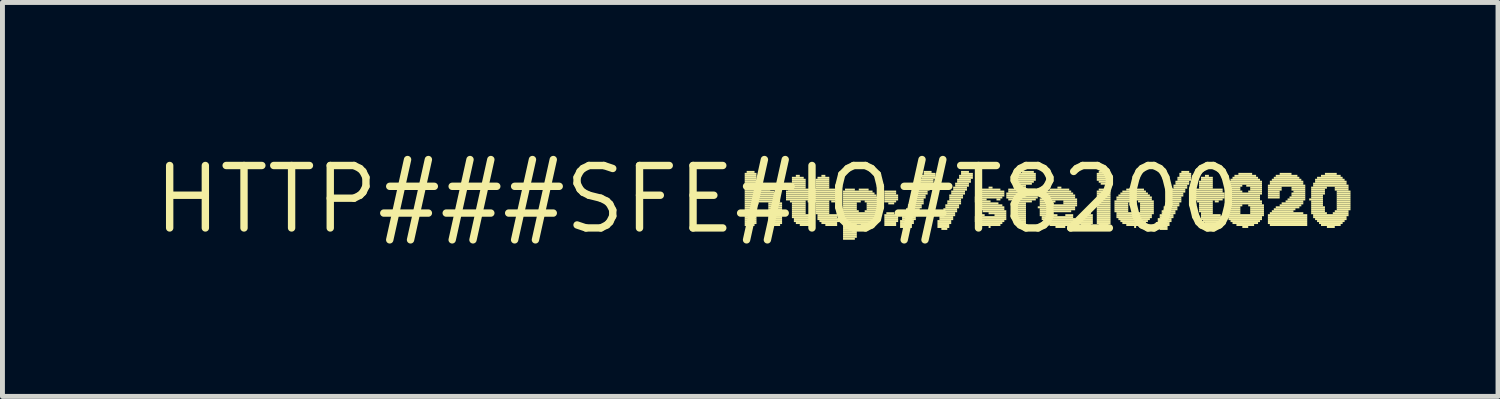
<source format=kicad_pcb>
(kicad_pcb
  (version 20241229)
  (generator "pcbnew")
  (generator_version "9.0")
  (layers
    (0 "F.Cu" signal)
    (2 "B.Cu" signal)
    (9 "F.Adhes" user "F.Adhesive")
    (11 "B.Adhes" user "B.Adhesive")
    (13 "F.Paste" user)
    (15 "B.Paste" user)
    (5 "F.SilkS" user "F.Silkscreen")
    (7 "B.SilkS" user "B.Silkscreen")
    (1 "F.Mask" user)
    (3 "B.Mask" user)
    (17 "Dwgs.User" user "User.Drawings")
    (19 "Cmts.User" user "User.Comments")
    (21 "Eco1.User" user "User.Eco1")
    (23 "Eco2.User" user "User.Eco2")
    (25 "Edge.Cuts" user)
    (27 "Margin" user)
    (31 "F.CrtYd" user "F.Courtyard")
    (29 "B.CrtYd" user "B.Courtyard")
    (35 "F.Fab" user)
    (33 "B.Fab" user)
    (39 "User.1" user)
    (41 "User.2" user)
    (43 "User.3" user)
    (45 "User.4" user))
  (footprint "HTTP###SFE#IO#T8200"
    (layer "F.Cu")
    (at 11.135 1.006)
    (property "Reference" "HTTP###SFE#IO#T8200" (at 0 0 0) (layer "F.SilkS") (effects (font (size 1.27 1.27) (thickness 0.15))))
    (fp_poly (pts (xy 0.96 -0.5) (xy 1.2 -0.5) (xy 1.2 -0.54) (xy 0.96 -0.54)) (stroke (width 0) (type solid)) (fill yes) (layer "F.SilkS"))
    (fp_poly (pts (xy 0.96 -0.46) (xy 1.2 -0.46) (xy 1.2 -0.5) (xy 0.96 -0.5)) (stroke (width 0) (type solid)) (fill yes) (layer "F.SilkS"))
    (fp_poly (pts (xy 0.96 -0.42) (xy 1.2 -0.42) (xy 1.2 -0.46) (xy 0.96 -0.46)) (stroke (width 0) (type solid)) (fill yes) (layer "F.SilkS"))
    (fp_poly (pts (xy 0.96 -0.38) (xy 1.2 -0.38) (xy 1.2 -0.42) (xy 0.96 -0.42)) (stroke (width 0) (type solid)) (fill yes) (layer "F.SilkS"))
    (fp_poly (pts (xy 0.96 -0.34) (xy 1.2 -0.34) (xy 1.2 -0.38) (xy 0.96 -0.38)) (stroke (width 0) (type solid)) (fill yes) (layer "F.SilkS"))
    (fp_poly (pts (xy 0.96 -0.3) (xy 1.2 -0.3) (xy 1.2 -0.34) (xy 0.96 -0.34)) (stroke (width 0) (type solid)) (fill yes) (layer "F.SilkS"))
    (fp_poly (pts (xy 0.96 -0.26) (xy 1.2 -0.26) (xy 1.2 -0.3) (xy 0.96 -0.3)) (stroke (width 0) (type solid)) (fill yes) (layer "F.SilkS"))
    (fp_poly (pts (xy 0.96 -0.22) (xy 1.2 -0.22) (xy 1.2 -0.26) (xy 0.96 -0.26)) (stroke (width 0) (type solid)) (fill yes) (layer "F.SilkS"))
    (fp_poly (pts (xy 0.96 -0.18) (xy 1.2 -0.18) (xy 1.2 -0.22) (xy 0.96 -0.22)) (stroke (width 0) (type solid)) (fill yes) (layer "F.SilkS"))
    (fp_poly (pts (xy 0.96 -0.14) (xy 1.56 -0.14) (xy 1.56 -0.18) (xy 0.96 -0.18)) (stroke (width 0) (type solid)) (fill yes) (layer "F.SilkS"))
    (fp_poly (pts (xy 0.96 -0.1) (xy 1.6 -0.1) (xy 1.6 -0.14) (xy 0.96 -0.14)) (stroke (width 0) (type solid)) (fill yes) (layer "F.SilkS"))
    (fp_poly (pts (xy 0.96 -0.06) (xy 1.64 -0.06) (xy 1.64 -0.1) (xy 0.96 -0.1)) (stroke (width 0) (type solid)) (fill yes) (layer "F.SilkS"))
    (fp_poly (pts (xy 0.96 -0.02) (xy 1.68 -0.02) (xy 1.68 -0.06) (xy 0.96 -0.06)) (stroke (width 0) (type solid)) (fill yes) (layer "F.SilkS"))
    (fp_poly (pts (xy 0.96 0.02) (xy 1.68 0.02) (xy 1.68 -0.02) (xy 0.96 -0.02)) (stroke (width 0) (type solid)) (fill yes) (layer "F.SilkS"))
    (fp_poly (pts (xy 0.96 0.06) (xy 1.68 0.06) (xy 1.68 0.02) (xy 0.96 0.02)) (stroke (width 0) (type solid)) (fill yes) (layer "F.SilkS"))
    (fp_poly (pts (xy 0.96 0.1) (xy 1.24 0.1) (xy 1.24 0.06) (xy 0.96 0.06)) (stroke (width 0) (type solid)) (fill yes) (layer "F.SilkS"))
    (fp_poly (pts (xy 0.96 0.14) (xy 1.2 0.14) (xy 1.2 0.1) (xy 0.96 0.1)) (stroke (width 0) (type solid)) (fill yes) (layer "F.SilkS"))
    (fp_poly (pts (xy 0.96 0.18) (xy 1.2 0.18) (xy 1.2 0.14) (xy 0.96 0.14)) (stroke (width 0) (type solid)) (fill yes) (layer "F.SilkS"))
    (fp_poly (pts (xy 0.96 0.22) (xy 1.2 0.22) (xy 1.2 0.18) (xy 0.96 0.18)) (stroke (width 0) (type solid)) (fill yes) (layer "F.SilkS"))
    (fp_poly (pts (xy 0.96 0.26) (xy 1.2 0.26) (xy 1.2 0.22) (xy 0.96 0.22)) (stroke (width 0) (type solid)) (fill yes) (layer "F.SilkS"))
    (fp_poly (pts (xy 0.96 0.3) (xy 1.2 0.3) (xy 1.2 0.26) (xy 0.96 0.26)) (stroke (width 0) (type solid)) (fill yes) (layer "F.SilkS"))
    (fp_poly (pts (xy 0.96 0.34) (xy 1.2 0.34) (xy 1.2 0.3) (xy 0.96 0.3)) (stroke (width 0) (type solid)) (fill yes) (layer "F.SilkS"))
    (fp_poly (pts (xy 0.96 0.38) (xy 1.2 0.38) (xy 1.2 0.34) (xy 0.96 0.34)) (stroke (width 0) (type solid)) (fill yes) (layer "F.SilkS"))
    (fp_poly (pts (xy 0.96 0.42) (xy 1.2 0.42) (xy 1.2 0.38) (xy 0.96 0.38)) (stroke (width 0) (type solid)) (fill yes) (layer "F.SilkS"))
    (fp_poly (pts (xy 0.96 0.46) (xy 1.2 0.46) (xy 1.2 0.42) (xy 0.96 0.42)) (stroke (width 0) (type solid)) (fill yes) (layer "F.SilkS"))
    (fp_poly (pts (xy 0.96 0.5) (xy 1.2 0.5) (xy 1.2 0.46) (xy 0.96 0.46)) (stroke (width 0) (type solid)) (fill yes) (layer "F.SilkS"))
    (fp_poly (pts (xy 0.96 0.54) (xy 1.16 0.54) (xy 1.16 0.5) (xy 0.96 0.5)) (stroke (width 0) (type solid)) (fill yes) (layer "F.SilkS"))
    (fp_poly (pts (xy 1 -0.54) (xy 1.16 -0.54) (xy 1.16 -0.58) (xy 1 -0.58)) (stroke (width 0) (type solid)) (fill yes) (layer "F.SilkS"))
    (fp_poly (pts (xy 1.28 -0.18) (xy 1.48 -0.18) (xy 1.48 -0.22) (xy 1.28 -0.22)) (stroke (width 0) (type solid)) (fill yes) (layer "F.SilkS"))
    (fp_poly (pts (xy 1.44 0.1) (xy 1.72 0.1) (xy 1.72 0.06) (xy 1.44 0.06)) (stroke (width 0) (type solid)) (fill yes) (layer "F.SilkS"))
    (fp_poly (pts (xy 1.44 0.14) (xy 1.72 0.14) (xy 1.72 0.1) (xy 1.44 0.1)) (stroke (width 0) (type solid)) (fill yes) (layer "F.SilkS"))
    (fp_poly (pts (xy 1.44 0.18) (xy 1.72 0.18) (xy 1.72 0.14) (xy 1.44 0.14)) (stroke (width 0) (type solid)) (fill yes) (layer "F.SilkS"))
    (fp_poly (pts (xy 1.44 0.22) (xy 1.72 0.22) (xy 1.72 0.18) (xy 1.44 0.18)) (stroke (width 0) (type solid)) (fill yes) (layer "F.SilkS"))
    (fp_poly (pts (xy 1.44 0.26) (xy 1.72 0.26) (xy 1.72 0.22) (xy 1.44 0.22)) (stroke (width 0) (type solid)) (fill yes) (layer "F.SilkS"))
    (fp_poly (pts (xy 1.44 0.3) (xy 1.72 0.3) (xy 1.72 0.26) (xy 1.44 0.26)) (stroke (width 0) (type solid)) (fill yes) (layer "F.SilkS"))
    (fp_poly (pts (xy 1.44 0.34) (xy 1.72 0.34) (xy 1.72 0.3) (xy 1.44 0.3)) (stroke (width 0) (type solid)) (fill yes) (layer "F.SilkS"))
    (fp_poly (pts (xy 1.44 0.38) (xy 1.72 0.38) (xy 1.72 0.34) (xy 1.44 0.34)) (stroke (width 0) (type solid)) (fill yes) (layer "F.SilkS"))
    (fp_poly (pts (xy 1.44 0.42) (xy 1.72 0.42) (xy 1.72 0.38) (xy 1.44 0.38)) (stroke (width 0) (type solid)) (fill yes) (layer "F.SilkS"))
    (fp_poly (pts (xy 1.44 0.46) (xy 1.72 0.46) (xy 1.72 0.42) (xy 1.44 0.42)) (stroke (width 0) (type solid)) (fill yes) (layer "F.SilkS"))
    (fp_poly (pts (xy 1.44 0.5) (xy 1.72 0.5) (xy 1.72 0.46) (xy 1.44 0.46)) (stroke (width 0) (type solid)) (fill yes) (layer "F.SilkS"))
    (fp_poly (pts (xy 1.48 0.54) (xy 1.68 0.54) (xy 1.68 0.5) (xy 1.48 0.5)) (stroke (width 0) (type solid)) (fill yes) (layer "F.SilkS"))
    (fp_poly (pts (xy 1.8 -0.14) (xy 2.88 -0.14) (xy 2.88 -0.18) (xy 1.8 -0.18)) (stroke (width 0) (type solid)) (fill yes) (layer "F.SilkS"))
    (fp_poly (pts (xy 1.8 -0.1) (xy 2.92 -0.1) (xy 2.92 -0.14) (xy 1.8 -0.14)) (stroke (width 0) (type solid)) (fill yes) (layer "F.SilkS"))
    (fp_poly (pts (xy 1.8 -0.06) (xy 2.92 -0.06) (xy 2.92 -0.1) (xy 1.8 -0.1)) (stroke (width 0) (type solid)) (fill yes) (layer "F.SilkS"))
    (fp_poly (pts (xy 1.8 -0.02) (xy 2.88 -0.02) (xy 2.88 -0.06) (xy 1.8 -0.06)) (stroke (width 0) (type solid)) (fill yes) (layer "F.SilkS"))
    (fp_poly (pts (xy 1.8 0.02) (xy 2.88 0.02) (xy 2.88 -0.02) (xy 1.8 -0.02)) (stroke (width 0) (type solid)) (fill yes) (layer "F.SilkS"))
    (fp_poly (pts (xy 1.84 -0.18) (xy 2.88 -0.18) (xy 2.88 -0.22) (xy 1.84 -0.22)) (stroke (width 0) (type solid)) (fill yes) (layer "F.SilkS"))
    (fp_poly (pts (xy 1.88 0.06) (xy 2.2 0.06) (xy 2.2 0.02) (xy 1.88 0.02)) (stroke (width 0) (type solid)) (fill yes) (layer "F.SilkS"))
    (fp_poly (pts (xy 1.92 -0.42) (xy 2.16 -0.42) (xy 2.16 -0.46) (xy 1.92 -0.46)) (stroke (width 0) (type solid)) (fill yes) (layer "F.SilkS"))
    (fp_poly (pts (xy 1.92 -0.38) (xy 2.2 -0.38) (xy 2.2 -0.42) (xy 1.92 -0.42)) (stroke (width 0) (type solid)) (fill yes) (layer "F.SilkS"))
    (fp_poly (pts (xy 1.92 -0.34) (xy 2.2 -0.34) (xy 2.2 -0.38) (xy 1.92 -0.38)) (stroke (width 0) (type solid)) (fill yes) (layer "F.SilkS"))
    (fp_poly (pts (xy 1.92 -0.3) (xy 2.2 -0.3) (xy 2.2 -0.34) (xy 1.92 -0.34)) (stroke (width 0) (type solid)) (fill yes) (layer "F.SilkS"))
    (fp_poly (pts (xy 1.92 -0.26) (xy 2.2 -0.26) (xy 2.2 -0.3) (xy 1.92 -0.3)) (stroke (width 0) (type solid)) (fill yes) (layer "F.SilkS"))
    (fp_poly (pts (xy 1.92 -0.22) (xy 2.2 -0.22) (xy 2.2 -0.26) (xy 1.92 -0.26)) (stroke (width 0) (type solid)) (fill yes) (layer "F.SilkS"))
    (fp_poly (pts (xy 1.92 0.1) (xy 2.2 0.1) (xy 2.2 0.06) (xy 1.92 0.06)) (stroke (width 0) (type solid)) (fill yes) (layer "F.SilkS"))
    (fp_poly (pts (xy 1.92 0.14) (xy 2.2 0.14) (xy 2.2 0.1) (xy 1.92 0.1)) (stroke (width 0) (type solid)) (fill yes) (layer "F.SilkS"))
    (fp_poly (pts (xy 1.92 0.18) (xy 2.2 0.18) (xy 2.2 0.14) (xy 1.92 0.14)) (stroke (width 0) (type solid)) (fill yes) (layer "F.SilkS"))
    (fp_poly (pts (xy 1.92 0.22) (xy 2.2 0.22) (xy 2.2 0.18) (xy 1.92 0.18)) (stroke (width 0) (type solid)) (fill yes) (layer "F.SilkS"))
    (fp_poly (pts (xy 1.92 0.26) (xy 2.2 0.26) (xy 2.2 0.22) (xy 1.92 0.22)) (stroke (width 0) (type solid)) (fill yes) (layer "F.SilkS"))
    (fp_poly (pts (xy 1.92 0.3) (xy 2.2 0.3) (xy 2.2 0.26) (xy 1.92 0.26)) (stroke (width 0) (type solid)) (fill yes) (layer "F.SilkS"))
    (fp_poly (pts (xy 1.92 0.34) (xy 2.32 0.34) (xy 2.32 0.3) (xy 1.92 0.3)) (stroke (width 0) (type solid)) (fill yes) (layer "F.SilkS"))
    (fp_poly (pts (xy 1.92 0.38) (xy 2.36 0.38) (xy 2.36 0.34) (xy 1.92 0.34)) (stroke (width 0) (type solid)) (fill yes) (layer "F.SilkS"))
    (fp_poly (pts (xy 1.96 0.42) (xy 2.36 0.42) (xy 2.36 0.38) (xy 1.96 0.38)) (stroke (width 0) (type solid)) (fill yes) (layer "F.SilkS"))
    (fp_poly (pts (xy 1.96 0.46) (xy 2.36 0.46) (xy 2.36 0.42) (xy 1.96 0.42)) (stroke (width 0) (type solid)) (fill yes) (layer "F.SilkS"))
    (fp_poly (pts (xy 2 -0.46) (xy 2.08 -0.46) (xy 2.08 -0.5) (xy 2 -0.5)) (stroke (width 0) (type solid)) (fill yes) (layer "F.SilkS"))
    (fp_poly (pts (xy 2 0.5) (xy 2.36 0.5) (xy 2.36 0.46) (xy 2 0.46)) (stroke (width 0) (type solid)) (fill yes) (layer "F.SilkS"))
    (fp_poly (pts (xy 2.08 0.54) (xy 2.32 0.54) (xy 2.32 0.5) (xy 2.08 0.5)) (stroke (width 0) (type solid)) (fill yes) (layer "F.SilkS"))
    (fp_poly (pts (xy 2.24 0.06) (xy 2.68 0.06) (xy 2.68 0.02) (xy 2.24 0.02)) (stroke (width 0) (type solid)) (fill yes) (layer "F.SilkS"))
    (fp_poly (pts (xy 2.4 -0.38) (xy 2.68 -0.38) (xy 2.68 -0.42) (xy 2.4 -0.42)) (stroke (width 0) (type solid)) (fill yes) (layer "F.SilkS"))
    (fp_poly (pts (xy 2.4 -0.34) (xy 2.68 -0.34) (xy 2.68 -0.38) (xy 2.4 -0.38)) (stroke (width 0) (type solid)) (fill yes) (layer "F.SilkS"))
    (fp_poly (pts (xy 2.4 -0.3) (xy 2.68 -0.3) (xy 2.68 -0.34) (xy 2.4 -0.34)) (stroke (width 0) (type solid)) (fill yes) (layer "F.SilkS"))
    (fp_poly (pts (xy 2.4 -0.26) (xy 2.68 -0.26) (xy 2.68 -0.3) (xy 2.4 -0.3)) (stroke (width 0) (type solid)) (fill yes) (layer "F.SilkS"))
    (fp_poly (pts (xy 2.4 -0.22) (xy 2.68 -0.22) (xy 2.68 -0.26) (xy 2.4 -0.26)) (stroke (width 0) (type solid)) (fill yes) (layer "F.SilkS"))
    (fp_poly (pts (xy 2.4 0.1) (xy 2.68 0.1) (xy 2.68 0.06) (xy 2.4 0.06)) (stroke (width 0) (type solid)) (fill yes) (layer "F.SilkS"))
    (fp_poly (pts (xy 2.4 0.14) (xy 2.68 0.14) (xy 2.68 0.1) (xy 2.4 0.1)) (stroke (width 0) (type solid)) (fill yes) (layer "F.SilkS"))
    (fp_poly (pts (xy 2.4 0.18) (xy 2.68 0.18) (xy 2.68 0.14) (xy 2.4 0.14)) (stroke (width 0) (type solid)) (fill yes) (layer "F.SilkS"))
    (fp_poly (pts (xy 2.4 0.22) (xy 2.68 0.22) (xy 2.68 0.18) (xy 2.4 0.18)) (stroke (width 0) (type solid)) (fill yes) (layer "F.SilkS"))
    (fp_poly (pts (xy 2.4 0.26) (xy 2.68 0.26) (xy 2.68 0.22) (xy 2.4 0.22)) (stroke (width 0) (type solid)) (fill yes) (layer "F.SilkS"))
    (fp_poly (pts (xy 2.4 0.3) (xy 2.68 0.3) (xy 2.68 0.26) (xy 2.4 0.26)) (stroke (width 0) (type solid)) (fill yes) (layer "F.SilkS"))
    (fp_poly (pts (xy 2.44 -0.42) (xy 2.68 -0.42) (xy 2.68 -0.46) (xy 2.44 -0.46)) (stroke (width 0) (type solid)) (fill yes) (layer "F.SilkS"))
    (fp_poly (pts (xy 2.44 0.34) (xy 2.84 0.34) (xy 2.84 0.3) (xy 2.44 0.3)) (stroke (width 0) (type solid)) (fill yes) (layer "F.SilkS"))
    (fp_poly (pts (xy 2.44 0.38) (xy 2.84 0.38) (xy 2.84 0.34) (xy 2.44 0.34)) (stroke (width 0) (type solid)) (fill yes) (layer "F.SilkS"))
    (fp_poly (pts (xy 2.44 0.42) (xy 2.88 0.42) (xy 2.88 0.38) (xy 2.44 0.38)) (stroke (width 0) (type solid)) (fill yes) (layer "F.SilkS"))
    (fp_poly (pts (xy 2.48 0.46) (xy 2.88 0.46) (xy 2.88 0.42) (xy 2.48 0.42)) (stroke (width 0) (type solid)) (fill yes) (layer "F.SilkS"))
    (fp_poly (pts (xy 2.52 -0.46) (xy 2.6 -0.46) (xy 2.6 -0.5) (xy 2.52 -0.5)) (stroke (width 0) (type solid)) (fill yes) (layer "F.SilkS"))
    (fp_poly (pts (xy 2.52 0.5) (xy 2.84 0.5) (xy 2.84 0.46) (xy 2.52 0.46)) (stroke (width 0) (type solid)) (fill yes) (layer "F.SilkS"))
    (fp_poly (pts (xy 2.6 0.54) (xy 2.84 0.54) (xy 2.84 0.5) (xy 2.6 0.5)) (stroke (width 0) (type solid)) (fill yes) (layer "F.SilkS"))
    (fp_poly (pts (xy 2.72 0.06) (xy 2.8 0.06) (xy 2.8 0.02) (xy 2.72 0.02)) (stroke (width 0) (type solid)) (fill yes) (layer "F.SilkS"))
    (fp_poly (pts (xy 2.96 -0.14) (xy 3.56 -0.14) (xy 3.56 -0.18) (xy 2.96 -0.18)) (stroke (width 0) (type solid)) (fill yes) (layer "F.SilkS"))
    (fp_poly (pts (xy 2.96 -0.1) (xy 3.6 -0.1) (xy 3.6 -0.14) (xy 2.96 -0.14)) (stroke (width 0) (type solid)) (fill yes) (layer "F.SilkS"))
    (fp_poly (pts (xy 2.96 -0.06) (xy 3.64 -0.06) (xy 3.64 -0.1) (xy 2.96 -0.1)) (stroke (width 0) (type solid)) (fill yes) (layer "F.SilkS"))
    (fp_poly (pts (xy 2.96 -0.02) (xy 3.68 -0.02) (xy 3.68 -0.06) (xy 2.96 -0.06)) (stroke (width 0) (type solid)) (fill yes) (layer "F.SilkS"))
    (fp_poly (pts (xy 2.96 0.02) (xy 3.68 0.02) (xy 3.68 -0.02) (xy 2.96 -0.02)) (stroke (width 0) (type solid)) (fill yes) (layer "F.SilkS"))
    (fp_poly (pts (xy 2.96 0.06) (xy 3.32 0.06) (xy 3.32 0.02) (xy 2.96 0.02)) (stroke (width 0) (type solid)) (fill yes) (layer "F.SilkS"))
    (fp_poly (pts (xy 2.96 0.1) (xy 3.24 0.1) (xy 3.24 0.06) (xy 2.96 0.06)) (stroke (width 0) (type solid)) (fill yes) (layer "F.SilkS"))
    (fp_poly (pts (xy 2.96 0.14) (xy 3.24 0.14) (xy 3.24 0.1) (xy 2.96 0.1)) (stroke (width 0) (type solid)) (fill yes) (layer "F.SilkS"))
    (fp_poly (pts (xy 2.96 0.18) (xy 3.24 0.18) (xy 3.24 0.14) (xy 2.96 0.14)) (stroke (width 0) (type solid)) (fill yes) (layer "F.SilkS"))
    (fp_poly (pts (xy 2.96 0.22) (xy 3.24 0.22) (xy 3.24 0.18) (xy 2.96 0.18)) (stroke (width 0) (type solid)) (fill yes) (layer "F.SilkS"))
    (fp_poly (pts (xy 2.96 0.26) (xy 3.28 0.26) (xy 3.28 0.22) (xy 2.96 0.22)) (stroke (width 0) (type solid)) (fill yes) (layer "F.SilkS"))
    (fp_poly (pts (xy 2.96 0.3) (xy 3.68 0.3) (xy 3.68 0.26) (xy 2.96 0.26)) (stroke (width 0) (type solid)) (fill yes) (layer "F.SilkS"))
    (fp_poly (pts (xy 2.96 0.34) (xy 3.68 0.34) (xy 3.68 0.3) (xy 2.96 0.3)) (stroke (width 0) (type solid)) (fill yes) (layer "F.SilkS"))
    (fp_poly (pts (xy 2.96 0.38) (xy 3.64 0.38) (xy 3.64 0.34) (xy 2.96 0.34)) (stroke (width 0) (type solid)) (fill yes) (layer "F.SilkS"))
    (fp_poly (pts (xy 2.96 0.42) (xy 3.64 0.42) (xy 3.64 0.38) (xy 2.96 0.38)) (stroke (width 0) (type solid)) (fill yes) (layer "F.SilkS"))
    (fp_poly (pts (xy 2.96 0.46) (xy 3.6 0.46) (xy 3.6 0.42) (xy 2.96 0.42)) (stroke (width 0) (type solid)) (fill yes) (layer "F.SilkS"))
    (fp_poly (pts (xy 2.96 0.5) (xy 3.52 0.5) (xy 3.52 0.46) (xy 2.96 0.46)) (stroke (width 0) (type solid)) (fill yes) (layer "F.SilkS"))
    (fp_poly (pts (xy 2.96 0.54) (xy 3.24 0.54) (xy 3.24 0.5) (xy 2.96 0.5)) (stroke (width 0) (type solid)) (fill yes) (layer "F.SilkS"))
    (fp_poly (pts (xy 2.96 0.58) (xy 3.24 0.58) (xy 3.24 0.54) (xy 2.96 0.54)) (stroke (width 0) (type solid)) (fill yes) (layer "F.SilkS"))
    (fp_poly (pts (xy 2.96 0.62) (xy 3.24 0.62) (xy 3.24 0.58) (xy 2.96 0.58)) (stroke (width 0) (type solid)) (fill yes) (layer "F.SilkS"))
    (fp_poly (pts (xy 2.96 0.66) (xy 3.24 0.66) (xy 3.24 0.62) (xy 2.96 0.62)) (stroke (width 0) (type solid)) (fill yes) (layer "F.SilkS"))
    (fp_poly (pts (xy 2.96 0.7) (xy 3.24 0.7) (xy 3.24 0.66) (xy 2.96 0.66)) (stroke (width 0) (type solid)) (fill yes) (layer "F.SilkS"))
    (fp_poly (pts (xy 2.96 0.74) (xy 3.24 0.74) (xy 3.24 0.7) (xy 2.96 0.7)) (stroke (width 0) (type solid)) (fill yes) (layer "F.SilkS"))
    (fp_poly (pts (xy 2.96 0.78) (xy 3.24 0.78) (xy 3.24 0.74) (xy 2.96 0.74)) (stroke (width 0) (type solid)) (fill yes) (layer "F.SilkS"))
    (fp_poly (pts (xy 2.96 0.82) (xy 3.2 0.82) (xy 3.2 0.78) (xy 2.96 0.78)) (stroke (width 0) (type solid)) (fill yes) (layer "F.SilkS"))
    (fp_poly (pts (xy 3 -0.18) (xy 3.2 -0.18) (xy 3.2 -0.22) (xy 3 -0.22)) (stroke (width 0) (type solid)) (fill yes) (layer "F.SilkS"))
    (fp_poly (pts (xy 3.28 -0.18) (xy 3.48 -0.18) (xy 3.48 -0.22) (xy 3.28 -0.22)) (stroke (width 0) (type solid)) (fill yes) (layer "F.SilkS"))
    (fp_poly (pts (xy 3.32 0.54) (xy 3.44 0.54) (xy 3.44 0.5) (xy 3.32 0.5)) (stroke (width 0) (type solid)) (fill yes) (layer "F.SilkS"))
    (fp_poly (pts (xy 3.4 0.06) (xy 3.72 0.06) (xy 3.72 0.02) (xy 3.4 0.02)) (stroke (width 0) (type solid)) (fill yes) (layer "F.SilkS"))
    (fp_poly (pts (xy 3.4 0.26) (xy 3.72 0.26) (xy 3.72 0.22) (xy 3.4 0.22)) (stroke (width 0) (type solid)) (fill yes) (layer "F.SilkS"))
    (fp_poly (pts (xy 3.44 0.1) (xy 3.72 0.1) (xy 3.72 0.06) (xy 3.44 0.06)) (stroke (width 0) (type solid)) (fill yes) (layer "F.SilkS"))
    (fp_poly (pts (xy 3.44 0.14) (xy 3.72 0.14) (xy 3.72 0.1) (xy 3.44 0.1)) (stroke (width 0) (type solid)) (fill yes) (layer "F.SilkS"))
    (fp_poly (pts (xy 3.44 0.18) (xy 3.72 0.18) (xy 3.72 0.14) (xy 3.44 0.14)) (stroke (width 0) (type solid)) (fill yes) (layer "F.SilkS"))
    (fp_poly (pts (xy 3.44 0.22) (xy 3.72 0.22) (xy 3.72 0.18) (xy 3.44 0.18)) (stroke (width 0) (type solid)) (fill yes) (layer "F.SilkS"))
    (fp_poly (pts (xy 3.8 -0.14) (xy 4.04 -0.14) (xy 4.04 -0.18) (xy 3.8 -0.18)) (stroke (width 0) (type solid)) (fill yes) (layer "F.SilkS"))
    (fp_poly (pts (xy 3.8 -0.1) (xy 4.04 -0.1) (xy 4.04 -0.14) (xy 3.8 -0.14)) (stroke (width 0) (type solid)) (fill yes) (layer "F.SilkS"))
    (fp_poly (pts (xy 3.8 -0.06) (xy 4.08 -0.06) (xy 4.08 -0.1) (xy 3.8 -0.1)) (stroke (width 0) (type solid)) (fill yes) (layer "F.SilkS"))
    (fp_poly (pts (xy 3.8 -0.02) (xy 4.08 -0.02) (xy 4.08 -0.06) (xy 3.8 -0.06)) (stroke (width 0) (type solid)) (fill yes) (layer "F.SilkS"))
    (fp_poly (pts (xy 3.8 0.02) (xy 4.08 0.02) (xy 4.08 -0.02) (xy 3.8 -0.02)) (stroke (width 0) (type solid)) (fill yes) (layer "F.SilkS"))
    (fp_poly (pts (xy 3.8 0.06) (xy 4.04 0.06) (xy 4.04 0.02) (xy 3.8 0.02)) (stroke (width 0) (type solid)) (fill yes) (layer "F.SilkS"))
    (fp_poly (pts (xy 3.8 0.34) (xy 4.04 0.34) (xy 4.04 0.3) (xy 3.8 0.3)) (stroke (width 0) (type solid)) (fill yes) (layer "F.SilkS"))
    (fp_poly (pts (xy 3.8 0.38) (xy 4.08 0.38) (xy 4.08 0.34) (xy 3.8 0.34)) (stroke (width 0) (type solid)) (fill yes) (layer "F.SilkS"))
    (fp_poly (pts (xy 3.8 0.42) (xy 4.08 0.42) (xy 4.08 0.38) (xy 3.8 0.38)) (stroke (width 0) (type solid)) (fill yes) (layer "F.SilkS"))
    (fp_poly (pts (xy 3.8 0.46) (xy 4.08 0.46) (xy 4.08 0.42) (xy 3.8 0.42)) (stroke (width 0) (type solid)) (fill yes) (layer "F.SilkS"))
    (fp_poly (pts (xy 3.8 0.5) (xy 4.04 0.5) (xy 4.04 0.46) (xy 3.8 0.46)) (stroke (width 0) (type solid)) (fill yes) (layer "F.SilkS"))
    (fp_poly (pts (xy 3.8 0.54) (xy 4.04 0.54) (xy 4.04 0.5) (xy 3.8 0.5)) (stroke (width 0) (type solid)) (fill yes) (layer "F.SilkS"))
    (fp_poly (pts (xy 3.84 0.3) (xy 4 0.3) (xy 4 0.26) (xy 3.84 0.26)) (stroke (width 0) (type solid)) (fill yes) (layer "F.SilkS"))
    (fp_poly (pts (xy 3.88 0.1) (xy 4 0.1) (xy 4 0.06) (xy 3.88 0.06)) (stroke (width 0) (type solid)) (fill yes) (layer "F.SilkS"))
    (fp_poly (pts (xy 4.12 0.46) (xy 4.4 0.46) (xy 4.4 0.42) (xy 4.12 0.42)) (stroke (width 0) (type solid)) (fill yes) (layer "F.SilkS"))
    (fp_poly (pts (xy 4.12 0.5) (xy 4.4 0.5) (xy 4.4 0.46) (xy 4.12 0.46)) (stroke (width 0) (type solid)) (fill yes) (layer "F.SilkS"))
    (fp_poly (pts (xy 4.12 0.54) (xy 4.36 0.54) (xy 4.36 0.5) (xy 4.12 0.5)) (stroke (width 0) (type solid)) (fill yes) (layer "F.SilkS"))
    (fp_poly (pts (xy 4.12 0.58) (xy 4.36 0.58) (xy 4.36 0.54) (xy 4.12 0.54)) (stroke (width 0) (type solid)) (fill yes) (layer "F.SilkS"))
    (fp_poly (pts (xy 4.16 0.38) (xy 4.44 0.38) (xy 4.44 0.34) (xy 4.16 0.34)) (stroke (width 0) (type solid)) (fill yes) (layer "F.SilkS"))
    (fp_poly (pts (xy 4.16 0.42) (xy 4.44 0.42) (xy 4.44 0.38) (xy 4.16 0.38)) (stroke (width 0) (type solid)) (fill yes) (layer "F.SilkS"))
    (fp_poly (pts (xy 4.2 0.3) (xy 4.48 0.3) (xy 4.48 0.26) (xy 4.2 0.26)) (stroke (width 0) (type solid)) (fill yes) (layer "F.SilkS"))
    (fp_poly (pts (xy 4.2 0.34) (xy 4.48 0.34) (xy 4.48 0.3) (xy 4.2 0.3)) (stroke (width 0) (type solid)) (fill yes) (layer "F.SilkS"))
    (fp_poly (pts (xy 4.2 0.62) (xy 4.32 0.62) (xy 4.32 0.58) (xy 4.2 0.58)) (stroke (width 0) (type solid)) (fill yes) (layer "F.SilkS"))
    (fp_poly (pts (xy 4.24 0.22) (xy 4.52 0.22) (xy 4.52 0.18) (xy 4.24 0.18)) (stroke (width 0) (type solid)) (fill yes) (layer "F.SilkS"))
    (fp_poly (pts (xy 4.24 0.26) (xy 4.52 0.26) (xy 4.52 0.22) (xy 4.24 0.22)) (stroke (width 0) (type solid)) (fill yes) (layer "F.SilkS"))
    (fp_poly (pts (xy 4.28 0.14) (xy 4.56 0.14) (xy 4.56 0.1) (xy 4.28 0.1)) (stroke (width 0) (type solid)) (fill yes) (layer "F.SilkS"))
    (fp_poly (pts (xy 4.28 0.18) (xy 4.56 0.18) (xy 4.56 0.14) (xy 4.28 0.14)) (stroke (width 0) (type solid)) (fill yes) (layer "F.SilkS"))
    (fp_poly (pts (xy 4.32 0.06) (xy 4.6 0.06) (xy 4.6 0.02) (xy 4.32 0.02)) (stroke (width 0) (type solid)) (fill yes) (layer "F.SilkS"))
    (fp_poly (pts (xy 4.32 0.1) (xy 4.6 0.1) (xy 4.6 0.06) (xy 4.32 0.06)) (stroke (width 0) (type solid)) (fill yes) (layer "F.SilkS"))
    (fp_poly (pts (xy 4.36 -0.06) (xy 4.64 -0.06) (xy 4.64 -0.1) (xy 4.36 -0.1)) (stroke (width 0) (type solid)) (fill yes) (layer "F.SilkS"))
    (fp_poly (pts (xy 4.36 -0.02) (xy 4.64 -0.02) (xy 4.64 -0.06) (xy 4.36 -0.06)) (stroke (width 0) (type solid)) (fill yes) (layer "F.SilkS"))
    (fp_poly (pts (xy 4.36 0.02) (xy 4.6 0.02) (xy 4.6 -0.02) (xy 4.36 -0.02)) (stroke (width 0) (type solid)) (fill yes) (layer "F.SilkS"))
    (fp_poly (pts (xy 4.4 -0.14) (xy 4.68 -0.14) (xy 4.68 -0.18) (xy 4.4 -0.18)) (stroke (width 0) (type solid)) (fill yes) (layer "F.SilkS"))
    (fp_poly (pts (xy 4.4 -0.1) (xy 4.68 -0.1) (xy 4.68 -0.14) (xy 4.4 -0.14)) (stroke (width 0) (type solid)) (fill yes) (layer "F.SilkS"))
    (fp_poly (pts (xy 4.44 -0.22) (xy 4.72 -0.22) (xy 4.72 -0.26) (xy 4.44 -0.26)) (stroke (width 0) (type solid)) (fill yes) (layer "F.SilkS"))
    (fp_poly (pts (xy 4.44 -0.18) (xy 4.72 -0.18) (xy 4.72 -0.22) (xy 4.44 -0.22)) (stroke (width 0) (type solid)) (fill yes) (layer "F.SilkS"))
    (fp_poly (pts (xy 4.48 -0.3) (xy 4.76 -0.3) (xy 4.76 -0.34) (xy 4.48 -0.34)) (stroke (width 0) (type solid)) (fill yes) (layer "F.SilkS"))
    (fp_poly (pts (xy 4.48 -0.26) (xy 4.76 -0.26) (xy 4.76 -0.3) (xy 4.48 -0.3)) (stroke (width 0) (type solid)) (fill yes) (layer "F.SilkS"))
    (fp_poly (pts (xy 4.52 -0.38) (xy 4.8 -0.38) (xy 4.8 -0.42) (xy 4.52 -0.42)) (stroke (width 0) (type solid)) (fill yes) (layer "F.SilkS"))
    (fp_poly (pts (xy 4.52 -0.34) (xy 4.8 -0.34) (xy 4.8 -0.38) (xy 4.52 -0.38)) (stroke (width 0) (type solid)) (fill yes) (layer "F.SilkS"))
    (fp_poly (pts (xy 4.56 -0.46) (xy 4.84 -0.46) (xy 4.84 -0.5) (xy 4.56 -0.5)) (stroke (width 0) (type solid)) (fill yes) (layer "F.SilkS"))
    (fp_poly (pts (xy 4.56 -0.42) (xy 4.84 -0.42) (xy 4.84 -0.46) (xy 4.56 -0.46)) (stroke (width 0) (type solid)) (fill yes) (layer "F.SilkS"))
    (fp_poly (pts (xy 4.6 -0.54) (xy 4.76 -0.54) (xy 4.76 -0.58) (xy 4.6 -0.58)) (stroke (width 0) (type solid)) (fill yes) (layer "F.SilkS"))
    (fp_poly (pts (xy 4.6 -0.5) (xy 4.84 -0.5) (xy 4.84 -0.54) (xy 4.6 -0.54)) (stroke (width 0) (type solid)) (fill yes) (layer "F.SilkS"))
    (fp_poly (pts (xy 4.88 0.46) (xy 5.16 0.46) (xy 5.16 0.42) (xy 4.88 0.42)) (stroke (width 0) (type solid)) (fill yes) (layer "F.SilkS"))
    (fp_poly (pts (xy 4.88 0.5) (xy 5.16 0.5) (xy 5.16 0.46) (xy 4.88 0.46)) (stroke (width 0) (type solid)) (fill yes) (layer "F.SilkS"))
    (fp_poly (pts (xy 4.88 0.54) (xy 5.12 0.54) (xy 5.12 0.5) (xy 4.88 0.5)) (stroke (width 0) (type solid)) (fill yes) (layer "F.SilkS"))
    (fp_poly (pts (xy 4.88 0.58) (xy 5.12 0.58) (xy 5.12 0.54) (xy 4.88 0.54)) (stroke (width 0) (type solid)) (fill yes) (layer "F.SilkS"))
    (fp_poly (pts (xy 4.92 0.38) (xy 5.2 0.38) (xy 5.2 0.34) (xy 4.92 0.34)) (stroke (width 0) (type solid)) (fill yes) (layer "F.SilkS"))
    (fp_poly (pts (xy 4.92 0.42) (xy 5.2 0.42) (xy 5.2 0.38) (xy 4.92 0.38)) (stroke (width 0) (type solid)) (fill yes) (layer "F.SilkS"))
    (fp_poly (pts (xy 4.96 0.3) (xy 5.24 0.3) (xy 5.24 0.26) (xy 4.96 0.26)) (stroke (width 0) (type solid)) (fill yes) (layer "F.SilkS"))
    (fp_poly (pts (xy 4.96 0.34) (xy 5.24 0.34) (xy 5.24 0.3) (xy 4.96 0.3)) (stroke (width 0) (type solid)) (fill yes) (layer "F.SilkS"))
    (fp_poly (pts (xy 4.96 0.62) (xy 5.08 0.62) (xy 5.08 0.58) (xy 4.96 0.58)) (stroke (width 0) (type solid)) (fill yes) (layer "F.SilkS"))
    (fp_poly (pts (xy 5 0.22) (xy 5.28 0.22) (xy 5.28 0.18) (xy 5 0.18)) (stroke (width 0) (type solid)) (fill yes) (layer "F.SilkS"))
    (fp_poly (pts (xy 5 0.26) (xy 5.28 0.26) (xy 5.28 0.22) (xy 5 0.22)) (stroke (width 0) (type solid)) (fill yes) (layer "F.SilkS"))
    (fp_poly (pts (xy 5.04 0.14) (xy 5.32 0.14) (xy 5.32 0.1) (xy 5.04 0.1)) (stroke (width 0) (type solid)) (fill yes) (layer "F.SilkS"))
    (fp_poly (pts (xy 5.04 0.18) (xy 5.32 0.18) (xy 5.32 0.14) (xy 5.04 0.14)) (stroke (width 0) (type solid)) (fill yes) (layer "F.SilkS"))
    (fp_poly (pts (xy 5.08 0.06) (xy 5.36 0.06) (xy 5.36 0.02) (xy 5.08 0.02)) (stroke (width 0) (type solid)) (fill yes) (layer "F.SilkS"))
    (fp_poly (pts (xy 5.08 0.1) (xy 5.36 0.1) (xy 5.36 0.06) (xy 5.08 0.06)) (stroke (width 0) (type solid)) (fill yes) (layer "F.SilkS"))
    (fp_poly (pts (xy 5.12 -0.06) (xy 5.4 -0.06) (xy 5.4 -0.1) (xy 5.12 -0.1)) (stroke (width 0) (type solid)) (fill yes) (layer "F.SilkS"))
    (fp_poly (pts (xy 5.12 -0.02) (xy 5.4 -0.02) (xy 5.4 -0.06) (xy 5.12 -0.06)) (stroke (width 0) (type solid)) (fill yes) (layer "F.SilkS"))
    (fp_poly (pts (xy 5.12 0.02) (xy 5.36 0.02) (xy 5.36 -0.02) (xy 5.12 -0.02)) (stroke (width 0) (type solid)) (fill yes) (layer "F.SilkS"))
    (fp_poly (pts (xy 5.16 -0.14) (xy 5.44 -0.14) (xy 5.44 -0.18) (xy 5.16 -0.18)) (stroke (width 0) (type solid)) (fill yes) (layer "F.SilkS"))
    (fp_poly (pts (xy 5.16 -0.1) (xy 5.44 -0.1) (xy 5.44 -0.14) (xy 5.16 -0.14)) (stroke (width 0) (type solid)) (fill yes) (layer "F.SilkS"))
    (fp_poly (pts (xy 5.2 -0.22) (xy 5.48 -0.22) (xy 5.48 -0.26) (xy 5.2 -0.26)) (stroke (width 0) (type solid)) (fill yes) (layer "F.SilkS"))
    (fp_poly (pts (xy 5.2 -0.18) (xy 5.48 -0.18) (xy 5.48 -0.22) (xy 5.2 -0.22)) (stroke (width 0) (type solid)) (fill yes) (layer "F.SilkS"))
    (fp_poly (pts (xy 5.24 -0.3) (xy 5.52 -0.3) (xy 5.52 -0.34) (xy 5.24 -0.34)) (stroke (width 0) (type solid)) (fill yes) (layer "F.SilkS"))
    (fp_poly (pts (xy 5.24 -0.26) (xy 5.52 -0.26) (xy 5.52 -0.3) (xy 5.24 -0.3)) (stroke (width 0) (type solid)) (fill yes) (layer "F.SilkS"))
    (fp_poly (pts (xy 5.28 -0.38) (xy 5.56 -0.38) (xy 5.56 -0.42) (xy 5.28 -0.42)) (stroke (width 0) (type solid)) (fill yes) (layer "F.SilkS"))
    (fp_poly (pts (xy 5.28 -0.34) (xy 5.56 -0.34) (xy 5.56 -0.38) (xy 5.28 -0.38)) (stroke (width 0) (type solid)) (fill yes) (layer "F.SilkS"))
    (fp_poly (pts (xy 5.32 -0.46) (xy 5.6 -0.46) (xy 5.6 -0.5) (xy 5.32 -0.5)) (stroke (width 0) (type solid)) (fill yes) (layer "F.SilkS"))
    (fp_poly (pts (xy 5.32 -0.42) (xy 5.6 -0.42) (xy 5.6 -0.46) (xy 5.32 -0.46)) (stroke (width 0) (type solid)) (fill yes) (layer "F.SilkS"))
    (fp_poly (pts (xy 5.36 -0.54) (xy 5.52 -0.54) (xy 5.52 -0.58) (xy 5.36 -0.58)) (stroke (width 0) (type solid)) (fill yes) (layer "F.SilkS"))
    (fp_poly (pts (xy 5.36 -0.5) (xy 5.6 -0.5) (xy 5.6 -0.54) (xy 5.36 -0.54)) (stroke (width 0) (type solid)) (fill yes) (layer "F.SilkS"))
    (fp_poly (pts (xy 5.64 -0.02) (xy 6.2 -0.02) (xy 6.2 -0.06) (xy 5.64 -0.06)) (stroke (width 0) (type solid)) (fill yes) (layer "F.SilkS"))
    (fp_poly (pts (xy 5.64 0.02) (xy 5.88 0.02) (xy 5.88 -0.02) (xy 5.64 -0.02)) (stroke (width 0) (type solid)) (fill yes) (layer "F.SilkS"))
    (fp_poly (pts (xy 5.64 0.06) (xy 5.96 0.06) (xy 5.96 0.02) (xy 5.64 0.02)) (stroke (width 0) (type solid)) (fill yes) (layer "F.SilkS"))
    (fp_poly (pts (xy 5.64 0.38) (xy 6.28 0.38) (xy 6.28 0.34) (xy 5.64 0.34)) (stroke (width 0) (type solid)) (fill yes) (layer "F.SilkS"))
    (fp_poly (pts (xy 5.64 0.42) (xy 6.28 0.42) (xy 6.28 0.38) (xy 5.64 0.38)) (stroke (width 0) (type solid)) (fill yes) (layer "F.SilkS"))
    (fp_poly (pts (xy 5.64 0.46) (xy 6.24 0.46) (xy 6.24 0.42) (xy 5.64 0.42)) (stroke (width 0) (type solid)) (fill yes) (layer "F.SilkS"))
    (fp_poly (pts (xy 5.68 -0.1) (xy 6.24 -0.1) (xy 6.24 -0.14) (xy 5.68 -0.14)) (stroke (width 0) (type solid)) (fill yes) (layer "F.SilkS"))
    (fp_poly (pts (xy 5.68 -0.06) (xy 6.24 -0.06) (xy 6.24 -0.1) (xy 5.68 -0.1)) (stroke (width 0) (type solid)) (fill yes) (layer "F.SilkS"))
    (fp_poly (pts (xy 5.68 0.1) (xy 6.12 0.1) (xy 6.12 0.06) (xy 5.68 0.06)) (stroke (width 0) (type solid)) (fill yes) (layer "F.SilkS"))
    (fp_poly (pts (xy 5.68 0.14) (xy 6.2 0.14) (xy 6.2 0.1) (xy 5.68 0.1)) (stroke (width 0) (type solid)) (fill yes) (layer "F.SilkS"))
    (fp_poly (pts (xy 5.68 0.34) (xy 5.84 0.34) (xy 5.84 0.3) (xy 5.68 0.3)) (stroke (width 0) (type solid)) (fill yes) (layer "F.SilkS"))
    (fp_poly (pts (xy 5.68 0.5) (xy 6.2 0.5) (xy 6.2 0.46) (xy 5.68 0.46)) (stroke (width 0) (type solid)) (fill yes) (layer "F.SilkS"))
    (fp_poly (pts (xy 5.72 -0.14) (xy 6.24 -0.14) (xy 6.24 -0.18) (xy 5.72 -0.18)) (stroke (width 0) (type solid)) (fill yes) (layer "F.SilkS"))
    (fp_poly (pts (xy 5.72 0.18) (xy 6.24 0.18) (xy 6.24 0.14) (xy 5.72 0.14)) (stroke (width 0) (type solid)) (fill yes) (layer "F.SilkS"))
    (fp_poly (pts (xy 5.72 0.22) (xy 6.24 0.22) (xy 6.24 0.18) (xy 5.72 0.18)) (stroke (width 0) (type solid)) (fill yes) (layer "F.SilkS"))
    (fp_poly (pts (xy 5.72 0.3) (xy 5.76 0.3) (xy 5.76 0.26) (xy 5.72 0.26)) (stroke (width 0) (type solid)) (fill yes) (layer "F.SilkS"))
    (fp_poly (pts (xy 5.76 -0.18) (xy 6.16 -0.18) (xy 6.16 -0.22) (xy 5.76 -0.22)) (stroke (width 0) (type solid)) (fill yes) (layer "F.SilkS"))
    (fp_poly (pts (xy 5.76 0.54) (xy 6.16 0.54) (xy 6.16 0.5) (xy 5.76 0.5)) (stroke (width 0) (type solid)) (fill yes) (layer "F.SilkS"))
    (fp_poly (pts (xy 5.8 0.26) (xy 6.28 0.26) (xy 6.28 0.22) (xy 5.8 0.22)) (stroke (width 0) (type solid)) (fill yes) (layer "F.SilkS"))
    (fp_poly (pts (xy 5.92 -0.22) (xy 6 -0.22) (xy 6 -0.26) (xy 5.92 -0.26)) (stroke (width 0) (type solid)) (fill yes) (layer "F.SilkS"))
    (fp_poly (pts (xy 5.92 0.3) (xy 6.28 0.3) (xy 6.28 0.26) (xy 5.92 0.26)) (stroke (width 0) (type solid)) (fill yes) (layer "F.SilkS"))
    (fp_poly (pts (xy 5.92 0.58) (xy 5.96 0.58) (xy 5.96 0.54) (xy 5.92 0.54)) (stroke (width 0) (type solid)) (fill yes) (layer "F.SilkS"))
    (fp_poly (pts (xy 6.04 0.34) (xy 6.28 0.34) (xy 6.28 0.3) (xy 6.04 0.3)) (stroke (width 0) (type solid)) (fill yes) (layer "F.SilkS"))
    (fp_poly (pts (xy 6.08 0.02) (xy 6.16 0.02) (xy 6.16 -0.02) (xy 6.08 -0.02)) (stroke (width 0) (type solid)) (fill yes) (layer "F.SilkS"))
    (fp_poly (pts (xy 6.28 -0.1) (xy 6.92 -0.1) (xy 6.92 -0.14) (xy 6.28 -0.14)) (stroke (width 0) (type solid)) (fill yes) (layer "F.SilkS"))
    (fp_poly (pts (xy 6.28 -0.06) (xy 6.92 -0.06) (xy 6.92 -0.1) (xy 6.28 -0.1)) (stroke (width 0) (type solid)) (fill yes) (layer "F.SilkS"))
    (fp_poly (pts (xy 6.28 -0.02) (xy 6.92 -0.02) (xy 6.92 -0.06) (xy 6.28 -0.06)) (stroke (width 0) (type solid)) (fill yes) (layer "F.SilkS"))
    (fp_poly (pts (xy 6.32 -0.18) (xy 6.88 -0.18) (xy 6.88 -0.22) (xy 6.32 -0.22)) (stroke (width 0) (type solid)) (fill yes) (layer "F.SilkS"))
    (fp_poly (pts (xy 6.32 -0.14) (xy 6.92 -0.14) (xy 6.92 -0.18) (xy 6.32 -0.18)) (stroke (width 0) (type solid)) (fill yes) (layer "F.SilkS"))
    (fp_poly (pts (xy 6.32 0.02) (xy 6.88 0.02) (xy 6.88 -0.02) (xy 6.32 -0.02)) (stroke (width 0) (type solid)) (fill yes) (layer "F.SilkS"))
    (fp_poly (pts (xy 6.44 -0.38) (xy 6.88 -0.38) (xy 6.88 -0.42) (xy 6.44 -0.42)) (stroke (width 0) (type solid)) (fill yes) (layer "F.SilkS"))
    (fp_poly (pts (xy 6.44 -0.34) (xy 6.84 -0.34) (xy 6.84 -0.38) (xy 6.44 -0.38)) (stroke (width 0) (type solid)) (fill yes) (layer "F.SilkS"))
    (fp_poly (pts (xy 6.44 -0.3) (xy 6.8 -0.3) (xy 6.8 -0.34) (xy 6.44 -0.34)) (stroke (width 0) (type solid)) (fill yes) (layer "F.SilkS"))
    (fp_poly (pts (xy 6.44 -0.26) (xy 6.68 -0.26) (xy 6.68 -0.3) (xy 6.44 -0.3)) (stroke (width 0) (type solid)) (fill yes) (layer "F.SilkS"))
    (fp_poly (pts (xy 6.44 -0.22) (xy 6.68 -0.22) (xy 6.68 -0.26) (xy 6.44 -0.26)) (stroke (width 0) (type solid)) (fill yes) (layer "F.SilkS"))
    (fp_poly (pts (xy 6.44 0.06) (xy 6.8 0.06) (xy 6.8 0.02) (xy 6.44 0.02)) (stroke (width 0) (type solid)) (fill yes) (layer "F.SilkS"))
    (fp_poly (pts (xy 6.44 0.1) (xy 6.68 0.1) (xy 6.68 0.06) (xy 6.44 0.06)) (stroke (width 0) (type solid)) (fill yes) (layer "F.SilkS"))
    (fp_poly (pts (xy 6.44 0.14) (xy 6.68 0.14) (xy 6.68 0.1) (xy 6.44 0.1)) (stroke (width 0) (type solid)) (fill yes) (layer "F.SilkS"))
    (fp_poly (pts (xy 6.44 0.18) (xy 6.68 0.18) (xy 6.68 0.14) (xy 6.44 0.14)) (stroke (width 0) (type solid)) (fill yes) (layer "F.SilkS"))
    (fp_poly (pts (xy 6.44 0.22) (xy 6.68 0.22) (xy 6.68 0.18) (xy 6.44 0.18)) (stroke (width 0) (type solid)) (fill yes) (layer "F.SilkS"))
    (fp_poly (pts (xy 6.44 0.26) (xy 6.68 0.26) (xy 6.68 0.22) (xy 6.44 0.22)) (stroke (width 0) (type solid)) (fill yes) (layer "F.SilkS"))
    (fp_poly (pts (xy 6.44 0.3) (xy 6.68 0.3) (xy 6.68 0.26) (xy 6.44 0.26)) (stroke (width 0) (type solid)) (fill yes) (layer "F.SilkS"))
    (fp_poly (pts (xy 6.44 0.34) (xy 6.68 0.34) (xy 6.68 0.3) (xy 6.44 0.3)) (stroke (width 0) (type solid)) (fill yes) (layer "F.SilkS"))
    (fp_poly (pts (xy 6.44 0.38) (xy 6.68 0.38) (xy 6.68 0.34) (xy 6.44 0.34)) (stroke (width 0) (type solid)) (fill yes) (layer "F.SilkS"))
    (fp_poly (pts (xy 6.44 0.42) (xy 6.68 0.42) (xy 6.68 0.38) (xy 6.44 0.38)) (stroke (width 0) (type solid)) (fill yes) (layer "F.SilkS"))
    (fp_poly (pts (xy 6.44 0.46) (xy 6.68 0.46) (xy 6.68 0.42) (xy 6.44 0.42)) (stroke (width 0) (type solid)) (fill yes) (layer "F.SilkS"))
    (fp_poly (pts (xy 6.44 0.5) (xy 6.68 0.5) (xy 6.68 0.46) (xy 6.44 0.46)) (stroke (width 0) (type solid)) (fill yes) (layer "F.SilkS"))
    (fp_poly (pts (xy 6.48 -0.46) (xy 6.88 -0.46) (xy 6.88 -0.5) (xy 6.48 -0.5)) (stroke (width 0) (type solid)) (fill yes) (layer "F.SilkS"))
    (fp_poly (pts (xy 6.48 -0.42) (xy 6.88 -0.42) (xy 6.88 -0.46) (xy 6.48 -0.46)) (stroke (width 0) (type solid)) (fill yes) (layer "F.SilkS"))
    (fp_poly (pts (xy 6.48 0.54) (xy 6.68 0.54) (xy 6.68 0.5) (xy 6.48 0.5)) (stroke (width 0) (type solid)) (fill yes) (layer "F.SilkS"))
    (fp_poly (pts (xy 6.56 -0.5) (xy 6.88 -0.5) (xy 6.88 -0.54) (xy 6.56 -0.54)) (stroke (width 0) (type solid)) (fill yes) (layer "F.SilkS"))
    (fp_poly (pts (xy 6.6 -0.54) (xy 6.84 -0.54) (xy 6.84 -0.58) (xy 6.6 -0.58)) (stroke (width 0) (type solid)) (fill yes) (layer "F.SilkS"))
    (fp_poly (pts (xy 6.92 0.18) (xy 7.68 0.18) (xy 7.68 0.14) (xy 6.92 0.14)) (stroke (width 0) (type solid)) (fill yes) (layer "F.SilkS"))
    (fp_poly (pts (xy 6.96 0.02) (xy 7.72 0.02) (xy 7.72 -0.02) (xy 6.96 -0.02)) (stroke (width 0) (type solid)) (fill yes) (layer "F.SilkS"))
    (fp_poly (pts (xy 6.96 0.06) (xy 7.28 0.06) (xy 7.28 0.02) (xy 6.96 0.02)) (stroke (width 0) (type solid)) (fill yes) (layer "F.SilkS"))
    (fp_poly (pts (xy 6.96 0.1) (xy 7.24 0.1) (xy 7.24 0.06) (xy 6.96 0.06)) (stroke (width 0) (type solid)) (fill yes) (layer "F.SilkS"))
    (fp_poly (pts (xy 6.96 0.14) (xy 7.72 0.14) (xy 7.72 0.1) (xy 6.96 0.1)) (stroke (width 0) (type solid)) (fill yes) (layer "F.SilkS"))
    (fp_poly (pts (xy 6.96 0.22) (xy 7.68 0.22) (xy 7.68 0.18) (xy 6.96 0.18)) (stroke (width 0) (type solid)) (fill yes) (layer "F.SilkS"))
    (fp_poly (pts (xy 6.96 0.26) (xy 7.6 0.26) (xy 7.6 0.22) (xy 6.96 0.22)) (stroke (width 0) (type solid)) (fill yes) (layer "F.SilkS"))
    (fp_poly (pts (xy 6.96 0.3) (xy 7.24 0.3) (xy 7.24 0.26) (xy 6.96 0.26)) (stroke (width 0) (type solid)) (fill yes) (layer "F.SilkS"))
    (fp_poly (pts (xy 6.96 0.34) (xy 7.32 0.34) (xy 7.32 0.3) (xy 6.96 0.3)) (stroke (width 0) (type solid)) (fill yes) (layer "F.SilkS"))
    (fp_poly (pts (xy 7 -0.06) (xy 7.68 -0.06) (xy 7.68 -0.1) (xy 7 -0.1)) (stroke (width 0) (type solid)) (fill yes) (layer "F.SilkS"))
    (fp_poly (pts (xy 7 -0.02) (xy 7.68 -0.02) (xy 7.68 -0.06) (xy 7 -0.06)) (stroke (width 0) (type solid)) (fill yes) (layer "F.SilkS"))
    (fp_poly (pts (xy 7 0.38) (xy 7.64 0.38) (xy 7.64 0.34) (xy 7 0.34)) (stroke (width 0) (type solid)) (fill yes) (layer "F.SilkS"))
    (fp_poly (pts (xy 7 0.42) (xy 7.68 0.42) (xy 7.68 0.38) (xy 7 0.38)) (stroke (width 0) (type solid)) (fill yes) (layer "F.SilkS"))
    (fp_poly (pts (xy 7.04 -0.1) (xy 7.64 -0.1) (xy 7.64 -0.14) (xy 7.04 -0.14)) (stroke (width 0) (type solid)) (fill yes) (layer "F.SilkS"))
    (fp_poly (pts (xy 7.04 0.46) (xy 7.68 0.46) (xy 7.68 0.42) (xy 7.04 0.42)) (stroke (width 0) (type solid)) (fill yes) (layer "F.SilkS"))
    (fp_poly (pts (xy 7.08 -0.14) (xy 7.6 -0.14) (xy 7.6 -0.18) (xy 7.08 -0.18)) (stroke (width 0) (type solid)) (fill yes) (layer "F.SilkS"))
    (fp_poly (pts (xy 7.08 0.5) (xy 7.64 0.5) (xy 7.64 0.46) (xy 7.08 0.46)) (stroke (width 0) (type solid)) (fill yes) (layer "F.SilkS"))
    (fp_poly (pts (xy 7.16 -0.18) (xy 7.56 -0.18) (xy 7.56 -0.22) (xy 7.16 -0.22)) (stroke (width 0) (type solid)) (fill yes) (layer "F.SilkS"))
    (fp_poly (pts (xy 7.16 0.54) (xy 7.6 0.54) (xy 7.6 0.5) (xy 7.16 0.5)) (stroke (width 0) (type solid)) (fill yes) (layer "F.SilkS"))
    (fp_poly (pts (xy 7.28 0.58) (xy 7.48 0.58) (xy 7.48 0.54) (xy 7.28 0.54)) (stroke (width 0) (type solid)) (fill yes) (layer "F.SilkS"))
    (fp_poly (pts (xy 7.32 -0.22) (xy 7.4 -0.22) (xy 7.4 -0.26) (xy 7.32 -0.26)) (stroke (width 0) (type solid)) (fill yes) (layer "F.SilkS"))
    (fp_poly (pts (xy 7.44 0.06) (xy 7.72 0.06) (xy 7.72 0.02) (xy 7.44 0.02)) (stroke (width 0) (type solid)) (fill yes) (layer "F.SilkS"))
    (fp_poly (pts (xy 7.44 0.1) (xy 7.72 0.1) (xy 7.72 0.06) (xy 7.44 0.06)) (stroke (width 0) (type solid)) (fill yes) (layer "F.SilkS"))
    (fp_poly (pts (xy 7.48 0.34) (xy 7.64 0.34) (xy 7.64 0.3) (xy 7.48 0.3)) (stroke (width 0) (type solid)) (fill yes) (layer "F.SilkS"))
    (fp_poly (pts (xy 7.76 0.38) (xy 8.04 0.38) (xy 8.04 0.34) (xy 7.76 0.34)) (stroke (width 0) (type solid)) (fill yes) (layer "F.SilkS"))
    (fp_poly (pts (xy 7.76 0.42) (xy 8.04 0.42) (xy 8.04 0.38) (xy 7.76 0.38)) (stroke (width 0) (type solid)) (fill yes) (layer "F.SilkS"))
    (fp_poly (pts (xy 7.76 0.46) (xy 8.04 0.46) (xy 8.04 0.42) (xy 7.76 0.42)) (stroke (width 0) (type solid)) (fill yes) (layer "F.SilkS"))
    (fp_poly (pts (xy 7.76 0.5) (xy 8.04 0.5) (xy 8.04 0.46) (xy 7.76 0.46)) (stroke (width 0) (type solid)) (fill yes) (layer "F.SilkS"))
    (fp_poly (pts (xy 7.8 0.34) (xy 8.04 0.34) (xy 8.04 0.3) (xy 7.8 0.3)) (stroke (width 0) (type solid)) (fill yes) (layer "F.SilkS"))
    (fp_poly (pts (xy 7.8 0.54) (xy 8 0.54) (xy 8 0.5) (xy 7.8 0.5)) (stroke (width 0) (type solid)) (fill yes) (layer "F.SilkS"))
    (fp_poly (pts (xy 7.84 0.3) (xy 8 0.3) (xy 8 0.26) (xy 7.84 0.26)) (stroke (width 0) (type solid)) (fill yes) (layer "F.SilkS"))
    (fp_poly (pts (xy 8.12 -0.5) (xy 8.4 -0.5) (xy 8.4 -0.54) (xy 8.12 -0.54)) (stroke (width 0) (type solid)) (fill yes) (layer "F.SilkS"))
    (fp_poly (pts (xy 8.12 -0.46) (xy 8.4 -0.46) (xy 8.4 -0.5) (xy 8.12 -0.5)) (stroke (width 0) (type solid)) (fill yes) (layer "F.SilkS"))
    (fp_poly (pts (xy 8.12 -0.42) (xy 8.4 -0.42) (xy 8.4 -0.46) (xy 8.12 -0.46)) (stroke (width 0) (type solid)) (fill yes) (layer "F.SilkS"))
    (fp_poly (pts (xy 8.12 -0.38) (xy 8.4 -0.38) (xy 8.4 -0.42) (xy 8.12 -0.42)) (stroke (width 0) (type solid)) (fill yes) (layer "F.SilkS"))
    (fp_poly (pts (xy 8.12 -0.14) (xy 8.4 -0.14) (xy 8.4 -0.18) (xy 8.12 -0.18)) (stroke (width 0) (type solid)) (fill yes) (layer "F.SilkS"))
    (fp_poly (pts (xy 8.12 -0.1) (xy 8.4 -0.1) (xy 8.4 -0.14) (xy 8.12 -0.14)) (stroke (width 0) (type solid)) (fill yes) (layer "F.SilkS"))
    (fp_poly (pts (xy 8.12 -0.06) (xy 8.4 -0.06) (xy 8.4 -0.1) (xy 8.12 -0.1)) (stroke (width 0) (type solid)) (fill yes) (layer "F.SilkS"))
    (fp_poly (pts (xy 8.12 -0.02) (xy 8.4 -0.02) (xy 8.4 -0.06) (xy 8.12 -0.06)) (stroke (width 0) (type solid)) (fill yes) (layer "F.SilkS"))
    (fp_poly (pts (xy 8.12 0.02) (xy 8.4 0.02) (xy 8.4 -0.02) (xy 8.12 -0.02)) (stroke (width 0) (type solid)) (fill yes) (layer "F.SilkS"))
    (fp_poly (pts (xy 8.12 0.06) (xy 8.4 0.06) (xy 8.4 0.02) (xy 8.12 0.02)) (stroke (width 0) (type solid)) (fill yes) (layer "F.SilkS"))
    (fp_poly (pts (xy 8.12 0.1) (xy 8.4 0.1) (xy 8.4 0.06) (xy 8.12 0.06)) (stroke (width 0) (type solid)) (fill yes) (layer "F.SilkS"))
    (fp_poly (pts (xy 8.12 0.14) (xy 8.4 0.14) (xy 8.4 0.1) (xy 8.12 0.1)) (stroke (width 0) (type solid)) (fill yes) (layer "F.SilkS"))
    (fp_poly (pts (xy 8.12 0.18) (xy 8.4 0.18) (xy 8.4 0.14) (xy 8.12 0.14)) (stroke (width 0) (type solid)) (fill yes) (layer "F.SilkS"))
    (fp_poly (pts (xy 8.12 0.22) (xy 8.4 0.22) (xy 8.4 0.18) (xy 8.12 0.18)) (stroke (width 0) (type solid)) (fill yes) (layer "F.SilkS"))
    (fp_poly (pts (xy 8.12 0.26) (xy 8.4 0.26) (xy 8.4 0.22) (xy 8.12 0.22)) (stroke (width 0) (type solid)) (fill yes) (layer "F.SilkS"))
    (fp_poly (pts (xy 8.12 0.3) (xy 8.4 0.3) (xy 8.4 0.26) (xy 8.12 0.26)) (stroke (width 0) (type solid)) (fill yes) (layer "F.SilkS"))
    (fp_poly (pts (xy 8.12 0.34) (xy 8.4 0.34) (xy 8.4 0.3) (xy 8.12 0.3)) (stroke (width 0) (type solid)) (fill yes) (layer "F.SilkS"))
    (fp_poly (pts (xy 8.12 0.38) (xy 8.4 0.38) (xy 8.4 0.34) (xy 8.12 0.34)) (stroke (width 0) (type solid)) (fill yes) (layer "F.SilkS"))
    (fp_poly (pts (xy 8.12 0.42) (xy 8.4 0.42) (xy 8.4 0.38) (xy 8.12 0.38)) (stroke (width 0) (type solid)) (fill yes) (layer "F.SilkS"))
    (fp_poly (pts (xy 8.12 0.46) (xy 8.4 0.46) (xy 8.4 0.42) (xy 8.12 0.42)) (stroke (width 0) (type solid)) (fill yes) (layer "F.SilkS"))
    (fp_poly (pts (xy 8.12 0.5) (xy 8.4 0.5) (xy 8.4 0.46) (xy 8.12 0.46)) (stroke (width 0) (type solid)) (fill yes) (layer "F.SilkS"))
    (fp_poly (pts (xy 8.16 -0.54) (xy 8.36 -0.54) (xy 8.36 -0.58) (xy 8.16 -0.58)) (stroke (width 0) (type solid)) (fill yes) (layer "F.SilkS"))
    (fp_poly (pts (xy 8.16 -0.34) (xy 8.4 -0.34) (xy 8.4 -0.38) (xy 8.16 -0.38)) (stroke (width 0) (type solid)) (fill yes) (layer "F.SilkS"))
    (fp_poly (pts (xy 8.16 -0.18) (xy 8.36 -0.18) (xy 8.36 -0.22) (xy 8.16 -0.22)) (stroke (width 0) (type solid)) (fill yes) (layer "F.SilkS"))
    (fp_poly (pts (xy 8.16 0.54) (xy 8.36 0.54) (xy 8.36 0.5) (xy 8.16 0.5)) (stroke (width 0) (type solid)) (fill yes) (layer "F.SilkS"))
    (fp_poly (pts (xy 8.2 -0.3) (xy 8.32 -0.3) (xy 8.32 -0.34) (xy 8.2 -0.34)) (stroke (width 0) (type solid)) (fill yes) (layer "F.SilkS"))
    (fp_poly (pts (xy 8.48 0.06) (xy 8.8 0.06) (xy 8.8 0.02) (xy 8.48 0.02)) (stroke (width 0) (type solid)) (fill yes) (layer "F.SilkS"))
    (fp_poly (pts (xy 8.48 0.1) (xy 8.76 0.1) (xy 8.76 0.06) (xy 8.48 0.06)) (stroke (width 0) (type solid)) (fill yes) (layer "F.SilkS"))
    (fp_poly (pts (xy 8.48 0.14) (xy 8.76 0.14) (xy 8.76 0.1) (xy 8.48 0.1)) (stroke (width 0) (type solid)) (fill yes) (layer "F.SilkS"))
    (fp_poly (pts (xy 8.48 0.18) (xy 8.76 0.18) (xy 8.76 0.14) (xy 8.48 0.14)) (stroke (width 0) (type solid)) (fill yes) (layer "F.SilkS"))
    (fp_poly (pts (xy 8.48 0.22) (xy 8.76 0.22) (xy 8.76 0.18) (xy 8.48 0.18)) (stroke (width 0) (type solid)) (fill yes) (layer "F.SilkS"))
    (fp_poly (pts (xy 8.48 0.26) (xy 8.76 0.26) (xy 8.76 0.22) (xy 8.48 0.22)) (stroke (width 0) (type solid)) (fill yes) (layer "F.SilkS"))
    (fp_poly (pts (xy 8.52 -0.02) (xy 9.24 -0.02) (xy 9.24 -0.06) (xy 8.52 -0.06)) (stroke (width 0) (type solid)) (fill yes) (layer "F.SilkS"))
    (fp_poly (pts (xy 8.52 0.02) (xy 9.24 0.02) (xy 9.24 -0.02) (xy 8.52 -0.02)) (stroke (width 0) (type solid)) (fill yes) (layer "F.SilkS"))
    (fp_poly (pts (xy 8.52 0.3) (xy 8.84 0.3) (xy 8.84 0.26) (xy 8.52 0.26)) (stroke (width 0) (type solid)) (fill yes) (layer "F.SilkS"))
    (fp_poly (pts (xy 8.52 0.34) (xy 9.24 0.34) (xy 9.24 0.3) (xy 8.52 0.3)) (stroke (width 0) (type solid)) (fill yes) (layer "F.SilkS"))
    (fp_poly (pts (xy 8.52 0.38) (xy 9.24 0.38) (xy 9.24 0.34) (xy 8.52 0.34)) (stroke (width 0) (type solid)) (fill yes) (layer "F.SilkS"))
    (fp_poly (pts (xy 8.56 -0.06) (xy 9.2 -0.06) (xy 9.2 -0.1) (xy 8.56 -0.1)) (stroke (width 0) (type solid)) (fill yes) (layer "F.SilkS"))
    (fp_poly (pts (xy 8.56 0.42) (xy 9.2 0.42) (xy 9.2 0.38) (xy 8.56 0.38)) (stroke (width 0) (type solid)) (fill yes) (layer "F.SilkS"))
    (fp_poly (pts (xy 8.6 -0.1) (xy 9.16 -0.1) (xy 9.16 -0.14) (xy 8.6 -0.14)) (stroke (width 0) (type solid)) (fill yes) (layer "F.SilkS"))
    (fp_poly (pts (xy 8.6 0.46) (xy 9.16 0.46) (xy 9.16 0.42) (xy 8.6 0.42)) (stroke (width 0) (type solid)) (fill yes) (layer "F.SilkS"))
    (fp_poly (pts (xy 8.64 -0.14) (xy 9.12 -0.14) (xy 9.12 -0.18) (xy 8.64 -0.18)) (stroke (width 0) (type solid)) (fill yes) (layer "F.SilkS"))
    (fp_poly (pts (xy 8.64 0.5) (xy 9.12 0.5) (xy 9.12 0.46) (xy 8.64 0.46)) (stroke (width 0) (type solid)) (fill yes) (layer "F.SilkS"))
    (fp_poly (pts (xy 8.72 -0.18) (xy 9.08 -0.18) (xy 9.08 -0.22) (xy 8.72 -0.22)) (stroke (width 0) (type solid)) (fill yes) (layer "F.SilkS"))
    (fp_poly (pts (xy 8.72 0.54) (xy 9.04 0.54) (xy 9.04 0.5) (xy 8.72 0.5)) (stroke (width 0) (type solid)) (fill yes) (layer "F.SilkS"))
    (fp_poly (pts (xy 8.84 -0.22) (xy 8.92 -0.22) (xy 8.92 -0.26) (xy 8.84 -0.26)) (stroke (width 0) (type solid)) (fill yes) (layer "F.SilkS"))
    (fp_poly (pts (xy 8.88 0.58) (xy 8.92 0.58) (xy 8.92 0.54) (xy 8.88 0.54)) (stroke (width 0) (type solid)) (fill yes) (layer "F.SilkS"))
    (fp_poly (pts (xy 8.96 0.06) (xy 9.28 0.06) (xy 9.28 0.02) (xy 8.96 0.02)) (stroke (width 0) (type solid)) (fill yes) (layer "F.SilkS"))
    (fp_poly (pts (xy 8.96 0.3) (xy 9.28 0.3) (xy 9.28 0.26) (xy 8.96 0.26)) (stroke (width 0) (type solid)) (fill yes) (layer "F.SilkS"))
    (fp_poly (pts (xy 9 0.1) (xy 9.28 0.1) (xy 9.28 0.06) (xy 9 0.06)) (stroke (width 0) (type solid)) (fill yes) (layer "F.SilkS"))
    (fp_poly (pts (xy 9 0.14) (xy 9.28 0.14) (xy 9.28 0.1) (xy 9 0.1)) (stroke (width 0) (type solid)) (fill yes) (layer "F.SilkS"))
    (fp_poly (pts (xy 9 0.18) (xy 9.28 0.18) (xy 9.28 0.14) (xy 9 0.14)) (stroke (width 0) (type solid)) (fill yes) (layer "F.SilkS"))
    (fp_poly (pts (xy 9 0.22) (xy 9.28 0.22) (xy 9.28 0.18) (xy 9 0.18)) (stroke (width 0) (type solid)) (fill yes) (layer "F.SilkS"))
    (fp_poly (pts (xy 9 0.26) (xy 9.28 0.26) (xy 9.28 0.22) (xy 9 0.22)) (stroke (width 0) (type solid)) (fill yes) (layer "F.SilkS"))
    (fp_poly (pts (xy 9.32 0.5) (xy 9.6 0.5) (xy 9.6 0.46) (xy 9.32 0.46)) (stroke (width 0) (type solid)) (fill yes) (layer "F.SilkS"))
    (fp_poly (pts (xy 9.32 0.54) (xy 9.6 0.54) (xy 9.6 0.5) (xy 9.32 0.5)) (stroke (width 0) (type solid)) (fill yes) (layer "F.SilkS"))
    (fp_poly (pts (xy 9.36 0.42) (xy 9.64 0.42) (xy 9.64 0.38) (xy 9.36 0.38)) (stroke (width 0) (type solid)) (fill yes) (layer "F.SilkS"))
    (fp_poly (pts (xy 9.36 0.46) (xy 9.64 0.46) (xy 9.64 0.42) (xy 9.36 0.42)) (stroke (width 0) (type solid)) (fill yes) (layer "F.SilkS"))
    (fp_poly (pts (xy 9.36 0.58) (xy 9.56 0.58) (xy 9.56 0.54) (xy 9.36 0.54)) (stroke (width 0) (type solid)) (fill yes) (layer "F.SilkS"))
    (fp_poly (pts (xy 9.4 0.34) (xy 9.68 0.34) (xy 9.68 0.3) (xy 9.4 0.3)) (stroke (width 0) (type solid)) (fill yes) (layer "F.SilkS"))
    (fp_poly (pts (xy 9.4 0.38) (xy 9.68 0.38) (xy 9.68 0.34) (xy 9.4 0.34)) (stroke (width 0) (type solid)) (fill yes) (layer "F.SilkS"))
    (fp_poly (pts (xy 9.4 0.62) (xy 9.56 0.62) (xy 9.56 0.58) (xy 9.4 0.58)) (stroke (width 0) (type solid)) (fill yes) (layer "F.SilkS"))
    (fp_poly (pts (xy 9.44 0.26) (xy 9.72 0.26) (xy 9.72 0.22) (xy 9.44 0.22)) (stroke (width 0) (type solid)) (fill yes) (layer "F.SilkS"))
    (fp_poly (pts (xy 9.44 0.3) (xy 9.72 0.3) (xy 9.72 0.26) (xy 9.44 0.26)) (stroke (width 0) (type solid)) (fill yes) (layer "F.SilkS"))
    (fp_poly (pts (xy 9.48 0.18) (xy 9.76 0.18) (xy 9.76 0.14) (xy 9.48 0.14)) (stroke (width 0) (type solid)) (fill yes) (layer "F.SilkS"))
    (fp_poly (pts (xy 9.48 0.22) (xy 9.76 0.22) (xy 9.76 0.18) (xy 9.48 0.18)) (stroke (width 0) (type solid)) (fill yes) (layer "F.SilkS"))
    (fp_poly (pts (xy 9.52 0.1) (xy 9.8 0.1) (xy 9.8 0.06) (xy 9.52 0.06)) (stroke (width 0) (type solid)) (fill yes) (layer "F.SilkS"))
    (fp_poly (pts (xy 9.52 0.14) (xy 9.8 0.14) (xy 9.8 0.1) (xy 9.52 0.1)) (stroke (width 0) (type solid)) (fill yes) (layer "F.SilkS"))
    (fp_poly (pts (xy 9.56 0.02) (xy 9.84 0.02) (xy 9.84 -0.02) (xy 9.56 -0.02)) (stroke (width 0) (type solid)) (fill yes) (layer "F.SilkS"))
    (fp_poly (pts (xy 9.56 0.06) (xy 9.84 0.06) (xy 9.84 0.02) (xy 9.56 0.02)) (stroke (width 0) (type solid)) (fill yes) (layer "F.SilkS"))
    (fp_poly (pts (xy 9.6 -0.1) (xy 9.88 -0.1) (xy 9.88 -0.14) (xy 9.6 -0.14)) (stroke (width 0) (type solid)) (fill yes) (layer "F.SilkS"))
    (fp_poly (pts (xy 9.6 -0.06) (xy 9.88 -0.06) (xy 9.88 -0.1) (xy 9.6 -0.1)) (stroke (width 0) (type solid)) (fill yes) (layer "F.SilkS"))
    (fp_poly (pts (xy 9.6 -0.02) (xy 9.84 -0.02) (xy 9.84 -0.06) (xy 9.6 -0.06)) (stroke (width 0) (type solid)) (fill yes) (layer "F.SilkS"))
    (fp_poly (pts (xy 9.64 -0.18) (xy 9.92 -0.18) (xy 9.92 -0.22) (xy 9.64 -0.22)) (stroke (width 0) (type solid)) (fill yes) (layer "F.SilkS"))
    (fp_poly (pts (xy 9.64 -0.14) (xy 9.92 -0.14) (xy 9.92 -0.18) (xy 9.64 -0.18)) (stroke (width 0) (type solid)) (fill yes) (layer "F.SilkS"))
    (fp_poly (pts (xy 9.68 -0.26) (xy 9.96 -0.26) (xy 9.96 -0.3) (xy 9.68 -0.3)) (stroke (width 0) (type solid)) (fill yes) (layer "F.SilkS"))
    (fp_poly (pts (xy 9.68 -0.22) (xy 9.96 -0.22) (xy 9.96 -0.26) (xy 9.68 -0.26)) (stroke (width 0) (type solid)) (fill yes) (layer "F.SilkS"))
    (fp_poly (pts (xy 9.72 -0.34) (xy 10 -0.34) (xy 10 -0.38) (xy 9.72 -0.38)) (stroke (width 0) (type solid)) (fill yes) (layer "F.SilkS"))
    (fp_poly (pts (xy 9.72 -0.3) (xy 10 -0.3) (xy 10 -0.34) (xy 9.72 -0.34)) (stroke (width 0) (type solid)) (fill yes) (layer "F.SilkS"))
    (fp_poly (pts (xy 9.76 -0.42) (xy 10.04 -0.42) (xy 10.04 -0.46) (xy 9.76 -0.46)) (stroke (width 0) (type solid)) (fill yes) (layer "F.SilkS"))
    (fp_poly (pts (xy 9.76 -0.38) (xy 10.04 -0.38) (xy 10.04 -0.42) (xy 9.76 -0.42)) (stroke (width 0) (type solid)) (fill yes) (layer "F.SilkS"))
    (fp_poly (pts (xy 9.8 -0.5) (xy 10.04 -0.5) (xy 10.04 -0.54) (xy 9.8 -0.54)) (stroke (width 0) (type solid)) (fill yes) (layer "F.SilkS"))
    (fp_poly (pts (xy 9.8 -0.46) (xy 10.04 -0.46) (xy 10.04 -0.5) (xy 9.8 -0.5)) (stroke (width 0) (type solid)) (fill yes) (layer "F.SilkS"))
    (fp_poly (pts (xy 9.84 -0.54) (xy 10 -0.54) (xy 10 -0.58) (xy 9.84 -0.58)) (stroke (width 0) (type solid)) (fill yes) (layer "F.SilkS"))
    (fp_poly (pts (xy 10.08 -0.14) (xy 10.68 -0.14) (xy 10.68 -0.18) (xy 10.08 -0.18)) (stroke (width 0) (type solid)) (fill yes) (layer "F.SilkS"))
    (fp_poly (pts (xy 10.08 -0.1) (xy 10.72 -0.1) (xy 10.72 -0.14) (xy 10.08 -0.14)) (stroke (width 0) (type solid)) (fill yes) (layer "F.SilkS"))
    (fp_poly (pts (xy 10.08 -0.06) (xy 10.72 -0.06) (xy 10.72 -0.1) (xy 10.08 -0.1)) (stroke (width 0) (type solid)) (fill yes) (layer "F.SilkS"))
    (fp_poly (pts (xy 10.08 -0.02) (xy 10.72 -0.02) (xy 10.72 -0.06) (xy 10.08 -0.06)) (stroke (width 0) (type solid)) (fill yes) (layer "F.SilkS"))
    (fp_poly (pts (xy 10.12 -0.18) (xy 10.68 -0.18) (xy 10.68 -0.22) (xy 10.12 -0.22)) (stroke (width 0) (type solid)) (fill yes) (layer "F.SilkS"))
    (fp_poly (pts (xy 10.12 0.02) (xy 10.68 0.02) (xy 10.68 -0.02) (xy 10.12 -0.02)) (stroke (width 0) (type solid)) (fill yes) (layer "F.SilkS"))
    (fp_poly (pts (xy 10.16 0.06) (xy 10.48 0.06) (xy 10.48 0.02) (xy 10.16 0.02)) (stroke (width 0) (type solid)) (fill yes) (layer "F.SilkS"))
    (fp_poly (pts (xy 10.2 -0.34) (xy 10.48 -0.34) (xy 10.48 -0.38) (xy 10.2 -0.38)) (stroke (width 0) (type solid)) (fill yes) (layer "F.SilkS"))
    (fp_poly (pts (xy 10.2 -0.3) (xy 10.48 -0.3) (xy 10.48 -0.34) (xy 10.2 -0.34)) (stroke (width 0) (type solid)) (fill yes) (layer "F.SilkS"))
    (fp_poly (pts (xy 10.2 -0.26) (xy 10.48 -0.26) (xy 10.48 -0.3) (xy 10.2 -0.3)) (stroke (width 0) (type solid)) (fill yes) (layer "F.SilkS"))
    (fp_poly (pts (xy 10.2 -0.22) (xy 10.48 -0.22) (xy 10.48 -0.26) (xy 10.2 -0.26)) (stroke (width 0) (type solid)) (fill yes) (layer "F.SilkS"))
    (fp_poly (pts (xy 10.2 0.1) (xy 10.48 0.1) (xy 10.48 0.06) (xy 10.2 0.06)) (stroke (width 0) (type solid)) (fill yes) (layer "F.SilkS"))
    (fp_poly (pts (xy 10.2 0.14) (xy 10.48 0.14) (xy 10.48 0.1) (xy 10.2 0.1)) (stroke (width 0) (type solid)) (fill yes) (layer "F.SilkS"))
    (fp_poly (pts (xy 10.2 0.18) (xy 10.48 0.18) (xy 10.48 0.14) (xy 10.2 0.14)) (stroke (width 0) (type solid)) (fill yes) (layer "F.SilkS"))
    (fp_poly (pts (xy 10.2 0.22) (xy 10.48 0.22) (xy 10.48 0.18) (xy 10.2 0.18)) (stroke (width 0) (type solid)) (fill yes) (layer "F.SilkS"))
    (fp_poly (pts (xy 10.2 0.26) (xy 10.48 0.26) (xy 10.48 0.22) (xy 10.2 0.22)) (stroke (width 0) (type solid)) (fill yes) (layer "F.SilkS"))
    (fp_poly (pts (xy 10.24 -0.42) (xy 10.48 -0.42) (xy 10.48 -0.46) (xy 10.24 -0.46)) (stroke (width 0) (type solid)) (fill yes) (layer "F.SilkS"))
    (fp_poly (pts (xy 10.24 -0.38) (xy 10.48 -0.38) (xy 10.48 -0.42) (xy 10.24 -0.42)) (stroke (width 0) (type solid)) (fill yes) (layer "F.SilkS"))
    (fp_poly (pts (xy 10.24 0.3) (xy 10.48 0.3) (xy 10.48 0.26) (xy 10.24 0.26)) (stroke (width 0) (type solid)) (fill yes) (layer "F.SilkS"))
    (fp_poly (pts (xy 10.24 0.34) (xy 10.64 0.34) (xy 10.64 0.3) (xy 10.24 0.3)) (stroke (width 0) (type solid)) (fill yes) (layer "F.SilkS"))
    (fp_poly (pts (xy 10.24 0.38) (xy 10.68 0.38) (xy 10.68 0.34) (xy 10.24 0.34)) (stroke (width 0) (type solid)) (fill yes) (layer "F.SilkS"))
    (fp_poly (pts (xy 10.24 0.42) (xy 10.68 0.42) (xy 10.68 0.38) (xy 10.24 0.38)) (stroke (width 0) (type solid)) (fill yes) (layer "F.SilkS"))
    (fp_poly (pts (xy 10.28 0.46) (xy 10.68 0.46) (xy 10.68 0.42) (xy 10.28 0.42)) (stroke (width 0) (type solid)) (fill yes) (layer "F.SilkS"))
    (fp_poly (pts (xy 10.32 -0.46) (xy 10.4 -0.46) (xy 10.4 -0.5) (xy 10.32 -0.5)) (stroke (width 0) (type solid)) (fill yes) (layer "F.SilkS"))
    (fp_poly (pts (xy 10.32 0.5) (xy 10.64 0.5) (xy 10.64 0.46) (xy 10.32 0.46)) (stroke (width 0) (type solid)) (fill yes) (layer "F.SilkS"))
    (fp_poly (pts (xy 10.36 0.54) (xy 10.64 0.54) (xy 10.64 0.5) (xy 10.36 0.5)) (stroke (width 0) (type solid)) (fill yes) (layer "F.SilkS"))
    (fp_poly (pts (xy 10.52 0.06) (xy 10.6 0.06) (xy 10.6 0.02) (xy 10.52 0.02)) (stroke (width 0) (type solid)) (fill yes) (layer "F.SilkS"))
    (fp_poly (pts (xy 10.76 -0.18) (xy 11.04 -0.18) (xy 11.04 -0.22) (xy 10.76 -0.22)) (stroke (width 0) (type solid)) (fill yes) (layer "F.SilkS"))
    (fp_poly (pts (xy 10.76 0.14) (xy 11.08 0.14) (xy 11.08 0.1) (xy 10.76 0.1)) (stroke (width 0) (type solid)) (fill yes) (layer "F.SilkS"))
    (fp_poly (pts (xy 10.76 0.18) (xy 11.04 0.18) (xy 11.04 0.14) (xy 10.76 0.14)) (stroke (width 0) (type solid)) (fill yes) (layer "F.SilkS"))
    (fp_poly (pts (xy 10.76 0.22) (xy 11.04 0.22) (xy 11.04 0.18) (xy 10.76 0.18)) (stroke (width 0) (type solid)) (fill yes) (layer "F.SilkS"))
    (fp_poly (pts (xy 10.76 0.26) (xy 11.04 0.26) (xy 11.04 0.22) (xy 10.76 0.22)) (stroke (width 0) (type solid)) (fill yes) (layer "F.SilkS"))
    (fp_poly (pts (xy 10.76 0.3) (xy 11.04 0.3) (xy 11.04 0.26) (xy 10.76 0.26)) (stroke (width 0) (type solid)) (fill yes) (layer "F.SilkS"))
    (fp_poly (pts (xy 10.76 0.34) (xy 11.52 0.34) (xy 11.52 0.3) (xy 10.76 0.3)) (stroke (width 0) (type solid)) (fill yes) (layer "F.SilkS"))
    (fp_poly (pts (xy 10.8 -0.34) (xy 11.48 -0.34) (xy 11.48 -0.38) (xy 10.8 -0.38)) (stroke (width 0) (type solid)) (fill yes) (layer "F.SilkS"))
    (fp_poly (pts (xy 10.8 -0.3) (xy 11.48 -0.3) (xy 11.48 -0.34) (xy 10.8 -0.34)) (stroke (width 0) (type solid)) (fill yes) (layer "F.SilkS"))
    (fp_poly (pts (xy 10.8 -0.26) (xy 11.08 -0.26) (xy 11.08 -0.3) (xy 10.8 -0.3)) (stroke (width 0) (type solid)) (fill yes) (layer "F.SilkS"))
    (fp_poly (pts (xy 10.8 -0.22) (xy 11.04 -0.22) (xy 11.04 -0.26) (xy 10.8 -0.26)) (stroke (width 0) (type solid)) (fill yes) (layer "F.SilkS"))
    (fp_poly (pts (xy 10.8 -0.14) (xy 11.08 -0.14) (xy 11.08 -0.18) (xy 10.8 -0.18)) (stroke (width 0) (type solid)) (fill yes) (layer "F.SilkS"))
    (fp_poly (pts (xy 10.8 -0.1) (xy 11.48 -0.1) (xy 11.48 -0.14) (xy 10.8 -0.14)) (stroke (width 0) (type solid)) (fill yes) (layer "F.SilkS"))
    (fp_poly (pts (xy 10.8 0.06) (xy 11.48 0.06) (xy 11.48 0.02) (xy 10.8 0.02)) (stroke (width 0) (type solid)) (fill yes) (layer "F.SilkS"))
    (fp_poly (pts (xy 10.8 0.1) (xy 11.48 0.1) (xy 11.48 0.06) (xy 10.8 0.06)) (stroke (width 0) (type solid)) (fill yes) (layer "F.SilkS"))
    (fp_poly (pts (xy 10.8 0.38) (xy 11.48 0.38) (xy 11.48 0.34) (xy 10.8 0.34)) (stroke (width 0) (type solid)) (fill yes) (layer "F.SilkS"))
    (fp_poly (pts (xy 10.8 0.42) (xy 11.48 0.42) (xy 11.48 0.38) (xy 10.8 0.38)) (stroke (width 0) (type solid)) (fill yes) (layer "F.SilkS"))
    (fp_poly (pts (xy 10.84 -0.38) (xy 11.44 -0.38) (xy 11.44 -0.42) (xy 10.84 -0.42)) (stroke (width 0) (type solid)) (fill yes) (layer "F.SilkS"))
    (fp_poly (pts (xy 10.84 -0.06) (xy 11.44 -0.06) (xy 11.44 -0.1) (xy 10.84 -0.1)) (stroke (width 0) (type solid)) (fill yes) (layer "F.SilkS"))
    (fp_poly (pts (xy 10.84 -0.02) (xy 11.44 -0.02) (xy 11.44 -0.06) (xy 10.84 -0.06)) (stroke (width 0) (type solid)) (fill yes) (layer "F.SilkS"))
    (fp_poly (pts (xy 10.84 0.02) (xy 11.44 0.02) (xy 11.44 -0.02) (xy 10.84 -0.02)) (stroke (width 0) (type solid)) (fill yes) (layer "F.SilkS"))
    (fp_poly (pts (xy 10.84 0.46) (xy 11.44 0.46) (xy 11.44 0.42) (xy 10.84 0.42)) (stroke (width 0) (type solid)) (fill yes) (layer "F.SilkS"))
    (fp_poly (pts (xy 10.88 -0.42) (xy 11.4 -0.42) (xy 11.4 -0.46) (xy 10.88 -0.46)) (stroke (width 0) (type solid)) (fill yes) (layer "F.SilkS"))
    (fp_poly (pts (xy 10.88 0.5) (xy 11.4 0.5) (xy 11.4 0.46) (xy 10.88 0.46)) (stroke (width 0) (type solid)) (fill yes) (layer "F.SilkS"))
    (fp_poly (pts (xy 10.92 -0.46) (xy 11.36 -0.46) (xy 11.36 -0.5) (xy 10.92 -0.5)) (stroke (width 0) (type solid)) (fill yes) (layer "F.SilkS"))
    (fp_poly (pts (xy 10.96 0.54) (xy 11.32 0.54) (xy 11.32 0.5) (xy 10.96 0.5)) (stroke (width 0) (type solid)) (fill yes) (layer "F.SilkS"))
    (fp_poly (pts (xy 11 -0.5) (xy 11.28 -0.5) (xy 11.28 -0.54) (xy 11 -0.54)) (stroke (width 0) (type solid)) (fill yes) (layer "F.SilkS"))
    (fp_poly (pts (xy 11.08 0.58) (xy 11.2 0.58) (xy 11.2 0.54) (xy 11.08 0.54)) (stroke (width 0) (type solid)) (fill yes) (layer "F.SilkS"))
    (fp_poly (pts (xy 11.16 -0.26) (xy 11.48 -0.26) (xy 11.48 -0.3) (xy 11.16 -0.3)) (stroke (width 0) (type solid)) (fill yes) (layer "F.SilkS"))
    (fp_poly (pts (xy 11.2 -0.14) (xy 11.48 -0.14) (xy 11.48 -0.18) (xy 11.2 -0.18)) (stroke (width 0) (type solid)) (fill yes) (layer "F.SilkS"))
    (fp_poly (pts (xy 11.2 0.14) (xy 11.52 0.14) (xy 11.52 0.1) (xy 11.2 0.1)) (stroke (width 0) (type solid)) (fill yes) (layer "F.SilkS"))
    (fp_poly (pts (xy 11.24 -0.22) (xy 11.48 -0.22) (xy 11.48 -0.26) (xy 11.24 -0.26)) (stroke (width 0) (type solid)) (fill yes) (layer "F.SilkS"))
    (fp_poly (pts (xy 11.24 -0.18) (xy 11.48 -0.18) (xy 11.48 -0.22) (xy 11.24 -0.22)) (stroke (width 0) (type solid)) (fill yes) (layer "F.SilkS"))
    (fp_poly (pts (xy 11.24 0.18) (xy 11.52 0.18) (xy 11.52 0.14) (xy 11.24 0.14)) (stroke (width 0) (type solid)) (fill yes) (layer "F.SilkS"))
    (fp_poly (pts (xy 11.24 0.22) (xy 11.52 0.22) (xy 11.52 0.18) (xy 11.24 0.18)) (stroke (width 0) (type solid)) (fill yes) (layer "F.SilkS"))
    (fp_poly (pts (xy 11.24 0.26) (xy 11.52 0.26) (xy 11.52 0.22) (xy 11.24 0.22)) (stroke (width 0) (type solid)) (fill yes) (layer "F.SilkS"))
    (fp_poly (pts (xy 11.24 0.3) (xy 11.52 0.3) (xy 11.52 0.26) (xy 11.24 0.26)) (stroke (width 0) (type solid)) (fill yes) (layer "F.SilkS"))
    (fp_poly (pts (xy 11.6 -0.26) (xy 12.36 -0.26) (xy 12.36 -0.3) (xy 11.6 -0.3)) (stroke (width 0) (type solid)) (fill yes) (layer "F.SilkS"))
    (fp_poly (pts (xy 11.6 -0.22) (xy 11.88 -0.22) (xy 11.88 -0.26) (xy 11.6 -0.26)) (stroke (width 0) (type solid)) (fill yes) (layer "F.SilkS"))
    (fp_poly (pts (xy 11.6 -0.18) (xy 11.88 -0.18) (xy 11.88 -0.22) (xy 11.6 -0.22)) (stroke (width 0) (type solid)) (fill yes) (layer "F.SilkS"))
    (fp_poly (pts (xy 11.6 -0.14) (xy 11.84 -0.14) (xy 11.84 -0.18) (xy 11.6 -0.18)) (stroke (width 0) (type solid)) (fill yes) (layer "F.SilkS"))
    (fp_poly (pts (xy 11.6 -0.1) (xy 11.84 -0.1) (xy 11.84 -0.14) (xy 11.6 -0.14)) (stroke (width 0) (type solid)) (fill yes) (layer "F.SilkS"))
    (fp_poly (pts (xy 11.6 -0.06) (xy 11.84 -0.06) (xy 11.84 -0.1) (xy 11.6 -0.1)) (stroke (width 0) (type solid)) (fill yes) (layer "F.SilkS"))
    (fp_poly (pts (xy 11.6 -0.02) (xy 11.84 -0.02) (xy 11.84 -0.06) (xy 11.6 -0.06)) (stroke (width 0) (type solid)) (fill yes) (layer "F.SilkS"))
    (fp_poly (pts (xy 11.6 0.34) (xy 12.4 0.34) (xy 12.4 0.3) (xy 11.6 0.3)) (stroke (width 0) (type solid)) (fill yes) (layer "F.SilkS"))
    (fp_poly (pts (xy 11.6 0.38) (xy 12.4 0.38) (xy 12.4 0.34) (xy 11.6 0.34)) (stroke (width 0) (type solid)) (fill yes) (layer "F.SilkS"))
    (fp_poly (pts (xy 11.6 0.42) (xy 12.4 0.42) (xy 12.4 0.38) (xy 11.6 0.38)) (stroke (width 0) (type solid)) (fill yes) (layer "F.SilkS"))
    (fp_poly (pts (xy 11.6 0.46) (xy 12.4 0.46) (xy 12.4 0.42) (xy 11.6 0.42)) (stroke (width 0) (type solid)) (fill yes) (layer "F.SilkS"))
    (fp_poly (pts (xy 11.6 0.5) (xy 12.4 0.5) (xy 12.4 0.46) (xy 11.6 0.46)) (stroke (width 0) (type solid)) (fill yes) (layer "F.SilkS"))
    (fp_poly (pts (xy 11.64 -0.34) (xy 12.32 -0.34) (xy 12.32 -0.38) (xy 11.64 -0.38)) (stroke (width 0) (type solid)) (fill yes) (layer "F.SilkS"))
    (fp_poly (pts (xy 11.64 -0.3) (xy 12.32 -0.3) (xy 12.32 -0.34) (xy 11.64 -0.34)) (stroke (width 0) (type solid)) (fill yes) (layer "F.SilkS"))
    (fp_poly (pts (xy 11.64 0.3) (xy 12.32 0.3) (xy 12.32 0.26) (xy 11.64 0.26)) (stroke (width 0) (type solid)) (fill yes) (layer "F.SilkS"))
    (fp_poly (pts (xy 11.64 0.54) (xy 12.4 0.54) (xy 12.4 0.5) (xy 11.64 0.5)) (stroke (width 0) (type solid)) (fill yes) (layer "F.SilkS"))
    (fp_poly (pts (xy 11.68 -0.38) (xy 12.28 -0.38) (xy 12.28 -0.42) (xy 11.68 -0.42)) (stroke (width 0) (type solid)) (fill yes) (layer "F.SilkS"))
    (fp_poly (pts (xy 11.68 0.26) (xy 12.12 0.26) (xy 12.12 0.22) (xy 11.68 0.22)) (stroke (width 0) (type solid)) (fill yes) (layer "F.SilkS"))
    (fp_poly (pts (xy 11.72 -0.42) (xy 12.24 -0.42) (xy 12.24 -0.46) (xy 11.72 -0.46)) (stroke (width 0) (type solid)) (fill yes) (layer "F.SilkS"))
    (fp_poly (pts (xy 11.72 0.22) (xy 12.16 0.22) (xy 12.16 0.18) (xy 11.72 0.18)) (stroke (width 0) (type solid)) (fill yes) (layer "F.SilkS"))
    (fp_poly (pts (xy 11.76 -0.46) (xy 12.2 -0.46) (xy 12.2 -0.5) (xy 11.76 -0.5)) (stroke (width 0) (type solid)) (fill yes) (layer "F.SilkS"))
    (fp_poly (pts (xy 11.76 0.18) (xy 12.24 0.18) (xy 12.24 0.14) (xy 11.76 0.14)) (stroke (width 0) (type solid)) (fill yes) (layer "F.SilkS"))
    (fp_poly (pts (xy 11.84 -0.5) (xy 12.08 -0.5) (xy 12.08 -0.54) (xy 11.84 -0.54)) (stroke (width 0) (type solid)) (fill yes) (layer "F.SilkS"))
    (fp_poly (pts (xy 11.84 0.14) (xy 12.28 0.14) (xy 12.28 0.1) (xy 11.84 0.1)) (stroke (width 0) (type solid)) (fill yes) (layer "F.SilkS"))
    (fp_poly (pts (xy 11.88 0.1) (xy 12.32 0.1) (xy 12.32 0.06) (xy 11.88 0.06)) (stroke (width 0) (type solid)) (fill yes) (layer "F.SilkS"))
    (fp_poly (pts (xy 11.96 0.06) (xy 12.32 0.06) (xy 12.32 0.02) (xy 11.96 0.02)) (stroke (width 0) (type solid)) (fill yes) (layer "F.SilkS"))
    (fp_poly (pts (xy 12 0.02) (xy 12.36 0.02) (xy 12.36 -0.02) (xy 12 -0.02)) (stroke (width 0) (type solid)) (fill yes) (layer "F.SilkS"))
    (fp_poly (pts (xy 12.04 -0.02) (xy 12.36 -0.02) (xy 12.36 -0.06) (xy 12.04 -0.06)) (stroke (width 0) (type solid)) (fill yes) (layer "F.SilkS"))
    (fp_poly (pts (xy 12.08 -0.22) (xy 12.36 -0.22) (xy 12.36 -0.26) (xy 12.08 -0.26)) (stroke (width 0) (type solid)) (fill yes) (layer "F.SilkS"))
    (fp_poly (pts (xy 12.08 -0.18) (xy 12.36 -0.18) (xy 12.36 -0.22) (xy 12.08 -0.22)) (stroke (width 0) (type solid)) (fill yes) (layer "F.SilkS"))
    (fp_poly (pts (xy 12.08 -0.1) (xy 12.36 -0.1) (xy 12.36 -0.14) (xy 12.08 -0.14)) (stroke (width 0) (type solid)) (fill yes) (layer "F.SilkS"))
    (fp_poly (pts (xy 12.08 -0.06) (xy 12.36 -0.06) (xy 12.36 -0.1) (xy 12.08 -0.1)) (stroke (width 0) (type solid)) (fill yes) (layer "F.SilkS"))
    (fp_poly (pts (xy 12.12 -0.14) (xy 12.36 -0.14) (xy 12.36 -0.18) (xy 12.12 -0.18)) (stroke (width 0) (type solid)) (fill yes) (layer "F.SilkS"))
    (fp_poly (pts (xy 12.44 0.02) (xy 12.72 0.02) (xy 12.72 -0.02) (xy 12.44 -0.02)) (stroke (width 0) (type solid)) (fill yes) (layer "F.SilkS"))
    (fp_poly (pts (xy 12.48 -0.22) (xy 12.8 -0.22) (xy 12.8 -0.26) (xy 12.48 -0.26)) (stroke (width 0) (type solid)) (fill yes) (layer "F.SilkS"))
    (fp_poly (pts (xy 12.48 -0.18) (xy 12.76 -0.18) (xy 12.76 -0.22) (xy 12.48 -0.22)) (stroke (width 0) (type solid)) (fill yes) (layer "F.SilkS"))
    (fp_poly (pts (xy 12.48 -0.14) (xy 12.76 -0.14) (xy 12.76 -0.18) (xy 12.48 -0.18)) (stroke (width 0) (type solid)) (fill yes) (layer "F.SilkS"))
    (fp_poly (pts (xy 12.48 -0.1) (xy 12.76 -0.1) (xy 12.76 -0.14) (xy 12.48 -0.14)) (stroke (width 0) (type solid)) (fill yes) (layer "F.SilkS"))
    (fp_poly (pts (xy 12.48 -0.06) (xy 12.72 -0.06) (xy 12.72 -0.1) (xy 12.48 -0.1)) (stroke (width 0) (type solid)) (fill yes) (layer "F.SilkS"))
    (fp_poly (pts (xy 12.48 -0.02) (xy 12.72 -0.02) (xy 12.72 -0.06) (xy 12.48 -0.06)) (stroke (width 0) (type solid)) (fill yes) (layer "F.SilkS"))
    (fp_poly (pts (xy 12.48 0.06) (xy 12.72 0.06) (xy 12.72 0.02) (xy 12.48 0.02)) (stroke (width 0) (type solid)) (fill yes) (layer "F.SilkS"))
    (fp_poly (pts (xy 12.48 0.1) (xy 12.72 0.1) (xy 12.72 0.06) (xy 12.48 0.06)) (stroke (width 0) (type solid)) (fill yes) (layer "F.SilkS"))
    (fp_poly (pts (xy 12.48 0.14) (xy 12.72 0.14) (xy 12.72 0.1) (xy 12.48 0.1)) (stroke (width 0) (type solid)) (fill yes) (layer "F.SilkS"))
    (fp_poly (pts (xy 12.48 0.18) (xy 12.76 0.18) (xy 12.76 0.14) (xy 12.48 0.14)) (stroke (width 0) (type solid)) (fill yes) (layer "F.SilkS"))
    (fp_poly (pts (xy 12.48 0.22) (xy 12.76 0.22) (xy 12.76 0.18) (xy 12.48 0.18)) (stroke (width 0) (type solid)) (fill yes) (layer "F.SilkS"))
    (fp_poly (pts (xy 12.48 0.26) (xy 12.76 0.26) (xy 12.76 0.22) (xy 12.48 0.22)) (stroke (width 0) (type solid)) (fill yes) (layer "F.SilkS"))
    (fp_poly (pts (xy 12.48 0.3) (xy 12.8 0.3) (xy 12.8 0.26) (xy 12.48 0.26)) (stroke (width 0) (type solid)) (fill yes) (layer "F.SilkS"))
    (fp_poly (pts (xy 12.52 -0.3) (xy 13.2 -0.3) (xy 13.2 -0.34) (xy 12.52 -0.34)) (stroke (width 0) (type solid)) (fill yes) (layer "F.SilkS"))
    (fp_poly (pts (xy 12.52 -0.26) (xy 13.24 -0.26) (xy 13.24 -0.3) (xy 12.52 -0.3)) (stroke (width 0) (type solid)) (fill yes) (layer "F.SilkS"))
    (fp_poly (pts (xy 12.52 0.34) (xy 13.24 0.34) (xy 13.24 0.3) (xy 12.52 0.3)) (stroke (width 0) (type solid)) (fill yes) (layer "F.SilkS"))
    (fp_poly (pts (xy 12.52 0.38) (xy 13.2 0.38) (xy 13.2 0.34) (xy 12.52 0.34)) (stroke (width 0) (type solid)) (fill yes) (layer "F.SilkS"))
    (fp_poly (pts (xy 12.56 -0.38) (xy 13.16 -0.38) (xy 13.16 -0.42) (xy 12.56 -0.42)) (stroke (width 0) (type solid)) (fill yes) (layer "F.SilkS"))
    (fp_poly (pts (xy 12.56 -0.34) (xy 13.2 -0.34) (xy 13.2 -0.38) (xy 12.56 -0.38)) (stroke (width 0) (type solid)) (fill yes) (layer "F.SilkS"))
    (fp_poly (pts (xy 12.56 0.42) (xy 13.2 0.42) (xy 13.2 0.38) (xy 12.56 0.38)) (stroke (width 0) (type solid)) (fill yes) (layer "F.SilkS"))
    (fp_poly (pts (xy 12.6 -0.42) (xy 13.12 -0.42) (xy 13.12 -0.46) (xy 12.6 -0.46)) (stroke (width 0) (type solid)) (fill yes) (layer "F.SilkS"))
    (fp_poly (pts (xy 12.6 0.46) (xy 13.16 0.46) (xy 13.16 0.42) (xy 12.6 0.42)) (stroke (width 0) (type solid)) (fill yes) (layer "F.SilkS"))
    (fp_poly (pts (xy 12.64 0.5) (xy 13.12 0.5) (xy 13.12 0.46) (xy 12.64 0.46)) (stroke (width 0) (type solid)) (fill yes) (layer "F.SilkS"))
    (fp_poly (pts (xy 12.68 -0.46) (xy 13.08 -0.46) (xy 13.08 -0.5) (xy 12.68 -0.5)) (stroke (width 0) (type solid)) (fill yes) (layer "F.SilkS"))
    (fp_poly (pts (xy 12.68 0.54) (xy 13.08 0.54) (xy 13.08 0.5) (xy 12.68 0.5)) (stroke (width 0) (type solid)) (fill yes) (layer "F.SilkS"))
    (fp_poly (pts (xy 12.76 -0.5) (xy 13 -0.5) (xy 13 -0.54) (xy 12.76 -0.54)) (stroke (width 0) (type solid)) (fill yes) (layer "F.SilkS"))
    (fp_poly (pts (xy 12.8 0.58) (xy 12.96 0.58) (xy 12.96 0.54) (xy 12.8 0.54)) (stroke (width 0) (type solid)) (fill yes) (layer "F.SilkS"))
    (fp_poly (pts (xy 12.92 0.3) (xy 13.24 0.3) (xy 13.24 0.26) (xy 12.92 0.26)) (stroke (width 0) (type solid)) (fill yes) (layer "F.SilkS"))
    (fp_poly (pts (xy 12.96 -0.22) (xy 13.24 -0.22) (xy 13.24 -0.26) (xy 12.96 -0.26)) (stroke (width 0) (type solid)) (fill yes) (layer "F.SilkS"))
    (fp_poly (pts (xy 12.96 -0.18) (xy 13.24 -0.18) (xy 13.24 -0.22) (xy 12.96 -0.22)) (stroke (width 0) (type solid)) (fill yes) (layer "F.SilkS"))
    (fp_poly (pts (xy 12.96 0.26) (xy 13.24 0.26) (xy 13.24 0.22) (xy 12.96 0.22)) (stroke (width 0) (type solid)) (fill yes) (layer "F.SilkS"))
    (fp_poly (pts (xy 13 -0.14) (xy 13.28 -0.14) (xy 13.28 -0.18) (xy 13 -0.18)) (stroke (width 0) (type solid)) (fill yes) (layer "F.SilkS"))
    (fp_poly (pts (xy 13 -0.1) (xy 13.28 -0.1) (xy 13.28 -0.14) (xy 13 -0.14)) (stroke (width 0) (type solid)) (fill yes) (layer "F.SilkS"))
    (fp_poly (pts (xy 13 -0.06) (xy 13.28 -0.06) (xy 13.28 -0.1) (xy 13 -0.1)) (stroke (width 0) (type solid)) (fill yes) (layer "F.SilkS"))
    (fp_poly (pts (xy 13 -0.02) (xy 13.28 -0.02) (xy 13.28 -0.06) (xy 13 -0.06)) (stroke (width 0) (type solid)) (fill yes) (layer "F.SilkS"))
    (fp_poly (pts (xy 13 0.02) (xy 13.28 0.02) (xy 13.28 -0.02) (xy 13 -0.02)) (stroke (width 0) (type solid)) (fill yes) (layer "F.SilkS"))
    (fp_poly (pts (xy 13 0.06) (xy 13.28 0.06) (xy 13.28 0.02) (xy 13 0.02)) (stroke (width 0) (type solid)) (fill yes) (layer "F.SilkS"))
    (fp_poly (pts (xy 13 0.1) (xy 13.28 0.1) (xy 13.28 0.06) (xy 13 0.06)) (stroke (width 0) (type solid)) (fill yes) (layer "F.SilkS"))
    (fp_poly (pts (xy 13 0.14) (xy 13.28 0.14) (xy 13.28 0.1) (xy 13 0.1)) (stroke (width 0) (type solid)) (fill yes) (layer "F.SilkS"))
    (fp_poly (pts (xy 13 0.18) (xy 13.28 0.18) (xy 13.28 0.14) (xy 13 0.14)) (stroke (width 0) (type solid)) (fill yes) (layer "F.SilkS"))
    (fp_poly (pts (xy 13 0.22) (xy 13.28 0.22) (xy 13.28 0.18) (xy 13 0.18)) (stroke (width 0) (type solid)) (fill yes) (layer "F.SilkS")))
  (gr_rect
    (start -3 -3)
    (end 27.415 5.012)
    (stroke (width 0.1) (type default))
    (fill no)
    (layer "Edge.Cuts")))
</source>
